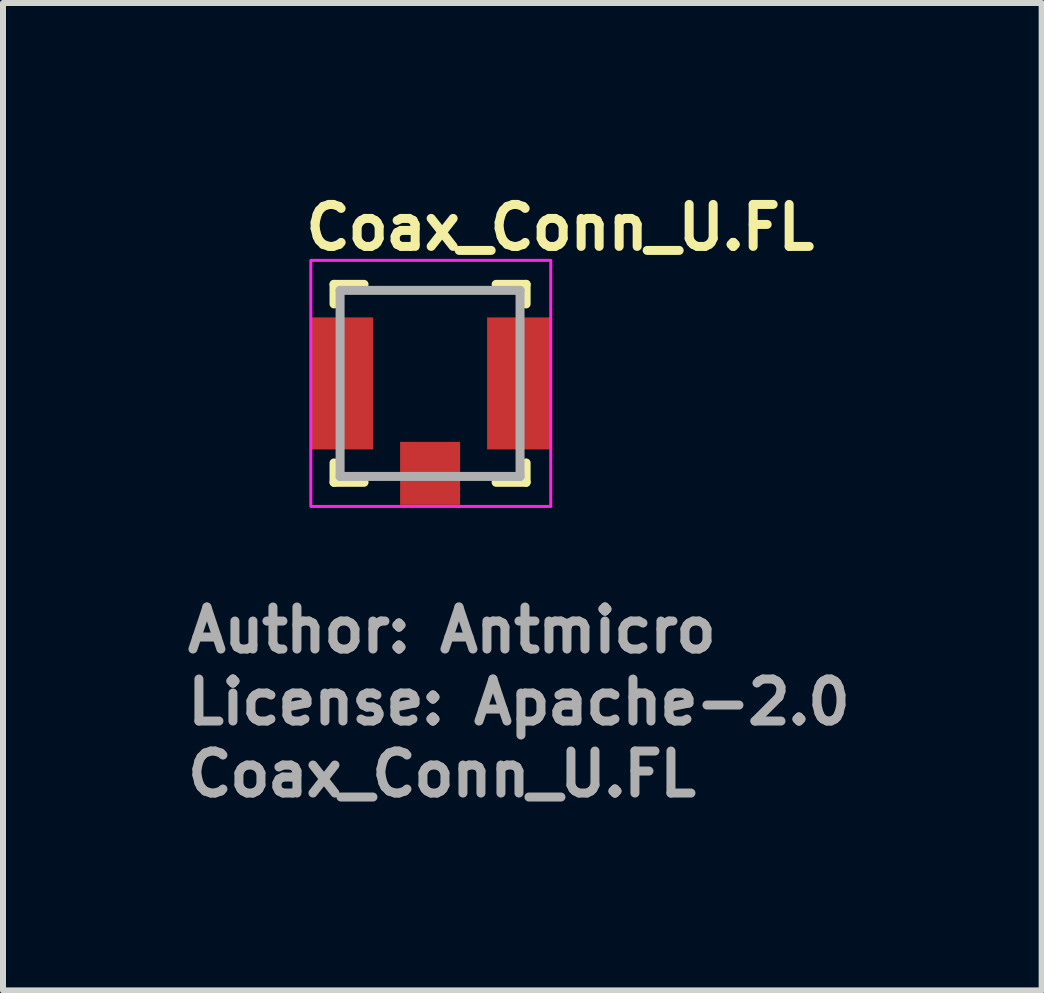
<source format=kicad_pcb>
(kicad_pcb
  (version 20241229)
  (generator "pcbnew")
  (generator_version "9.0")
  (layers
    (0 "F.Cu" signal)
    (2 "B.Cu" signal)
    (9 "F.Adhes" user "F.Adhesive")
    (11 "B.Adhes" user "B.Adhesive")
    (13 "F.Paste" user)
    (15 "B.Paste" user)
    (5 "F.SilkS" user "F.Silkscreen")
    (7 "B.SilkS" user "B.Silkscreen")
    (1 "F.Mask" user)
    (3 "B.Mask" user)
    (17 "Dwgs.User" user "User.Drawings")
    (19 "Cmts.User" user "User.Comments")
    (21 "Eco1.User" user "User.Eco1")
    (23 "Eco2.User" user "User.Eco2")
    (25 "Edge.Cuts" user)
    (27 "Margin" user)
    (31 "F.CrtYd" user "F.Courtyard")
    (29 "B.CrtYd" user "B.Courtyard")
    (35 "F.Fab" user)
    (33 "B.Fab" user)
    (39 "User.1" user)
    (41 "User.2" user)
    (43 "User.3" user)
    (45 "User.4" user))
  (footprint "Coax_Conn_U.FL"
    (layer "F.Cu")
    (at 4.13 3.34)
    (property "Reference" "Coax_Conn_U.FL" (at -2.16 -2.19 0) (layer "F.SilkS") (effects (font (size 0.7 0.7) (thickness 0.15)) (justify left bottom)))
    (attr smd)
    (fp_line (start -1.613 -1.651) (end -1.613 -1.325) (stroke (width 0.15) (type solid)) (layer "F.SilkS"))
    (fp_line (start -1.613 -1.651) (end -1.113 -1.651) (stroke (width 0.15) (type solid)) (layer "F.SilkS"))
    (fp_line (start -1.613 1.648) (end -1.613 1.325) (stroke (width 0.15) (type solid)) (layer "F.SilkS"))
    (fp_line (start -1.613 1.648) (end -1.113 1.648) (stroke (width 0.15) (type solid)) (layer "F.SilkS"))
    (fp_line (start 1.588 -1.651) (end 1.088 -1.651) (stroke (width 0.15) (type solid)) (layer "F.SilkS"))
    (fp_line (start 1.588 -1.651) (end 1.588 -1.325) (stroke (width 0.15) (type solid)) (layer "F.SilkS"))
    (fp_line (start 1.588 1.648) (end 1.088 1.648) (stroke (width 0.15) (type solid)) (layer "F.SilkS"))
    (fp_line (start 1.588 1.648) (end 1.588 1.325) (stroke (width 0.15) (type solid)) (layer "F.SilkS"))
    (fp_rect (start -2 -2.051) (end 1.999 2.05) (stroke (width 0.05) (type solid)) (fill no) (layer "F.CrtYd"))
    (fp_line (start -1.512 -1.551) (end 1.487 -1.551) (stroke (width 0.15) (type solid)) (layer "F.Fab"))
    (fp_line (start -1.512 1.55) (end -1.512 -1.551) (stroke (width 0.15) (type solid)) (layer "F.Fab"))
    (fp_line (start -1.512 1.55) (end 1.487 1.55) (stroke (width 0.15) (type solid)) (layer "F.Fab"))
    (fp_line (start 1.487 1.55) (end 1.487 -1.551) (stroke (width 0.15) (type solid)) (layer "F.Fab"))
    (fp_rect (start -1.5 -1.551) (end 1.499 1.55) (stroke (width 0.1) (type solid)) (fill no) (layer "User.5"))
    (fp_line (start -1.5 -0.902) (end -1.301 -0.902) (stroke (width 0.02) (type solid)) (layer "User.9"))
    (fp_line (start -1.5 0.9) (end -1.5 -0.902) (stroke (width 0.02) (type solid)) (layer "User.9"))
    (fp_line (start -1.5 0.9) (end -1.301 0.9) (stroke (width 0.02) (type solid)) (layer "User.9"))
    (fp_line (start -1.301 -1.016) (end -1.301 -1) (stroke (width 0.02) (type solid)) (layer "User.9"))
    (fp_line (start -1.301 -1) (end -1.301 0.998) (stroke (width 0.02) (type solid)) (layer "User.9"))
    (fp_line (start -1.301 0.998) (end -1.301 1.013) (stroke (width 0.02) (type solid)) (layer "User.9"))
    (fp_line (start -1.301 1.013) (end -1.299 1.028) (stroke (width 0.02) (type solid)) (layer "User.9"))
    (fp_line (start -1.299 -1.031) (end -1.301 -1.016) (stroke (width 0.02) (type solid)) (layer "User.9"))
    (fp_line (start -1.299 1.028) (end -1.297 1.044) (stroke (width 0.02) (type solid)) (layer "User.9"))
    (fp_line (start -1.297 -1.045) (end -1.299 -1.031) (stroke (width 0.02) (type solid)) (layer "User.9"))
    (fp_line (start -1.297 1.044) (end -1.295 1.058) (stroke (width 0.02) (type solid)) (layer "User.9"))
    (fp_line (start -1.295 -1.059) (end -1.297 -1.045) (stroke (width 0.02) (type solid)) (layer "User.9"))
    (fp_line (start -1.295 1.058) (end -1.291 1.072) (stroke (width 0.02) (type solid)) (layer "User.9"))
    (fp_line (start -1.291 -1.075) (end -1.295 -1.059) (stroke (width 0.02) (type solid)) (layer "User.9"))
    (fp_line (start -1.291 1.072) (end -1.289 1.086) (stroke (width 0.02) (type solid)) (layer "User.9"))
    (fp_line (start -1.289 -1.089) (end -1.291 -1.075) (stroke (width 0.02) (type solid)) (layer "User.9"))
    (fp_line (start -1.289 1.086) (end -1.283 1.1) (stroke (width 0.02) (type solid)) (layer "User.9"))
    (fp_line (start -1.283 -1.103) (end -1.289 -1.089) (stroke (width 0.02) (type solid)) (layer "User.9"))
    (fp_line (start -1.283 1.1) (end -1.278 1.114) (stroke (width 0.02) (type solid)) (layer "User.9"))
    (fp_line (start -1.278 -1.115) (end -1.283 -1.103) (stroke (width 0.02) (type solid)) (layer "User.9"))
    (fp_line (start -1.278 1.114) (end -1.272 1.128) (stroke (width 0.02) (type solid)) (layer "User.9"))
    (fp_line (start -1.272 -1.129) (end -1.278 -1.115) (stroke (width 0.02) (type solid)) (layer "User.9"))
    (fp_line (start -1.272 1.128) (end -1.266 1.14) (stroke (width 0.02) (type solid)) (layer "User.9"))
    (fp_line (start -1.266 -1.143) (end -1.272 -1.129) (stroke (width 0.02) (type solid)) (layer "User.9"))
    (fp_line (start -1.266 1.14) (end -1.258 1.153) (stroke (width 0.02) (type solid)) (layer "User.9"))
    (fp_line (start -1.258 -1.156) (end -1.266 -1.143) (stroke (width 0.02) (type solid)) (layer "User.9"))
    (fp_line (start -1.258 1.153) (end -1.25 1.165) (stroke (width 0.02) (type solid)) (layer "User.9"))
    (fp_line (start -1.25 -1.168) (end -1.258 -1.156) (stroke (width 0.02) (type solid)) (layer "User.9"))
    (fp_line (start -1.25 1.165) (end -1.242 1.177) (stroke (width 0.02) (type solid)) (layer "User.9"))
    (fp_line (start -1.242 -1.18) (end -1.25 -1.168) (stroke (width 0.02) (type solid)) (layer "User.9"))
    (fp_line (start -1.242 1.177) (end -1.234 1.189) (stroke (width 0.02) (type solid)) (layer "User.9"))
    (fp_line (start -1.234 -1.192) (end -1.242 -1.18) (stroke (width 0.02) (type solid)) (layer "User.9"))
    (fp_line (start -1.234 1.189) (end -1.224 1.201) (stroke (width 0.02) (type solid)) (layer "User.9"))
    (fp_line (start -1.224 -1.202) (end -1.234 -1.192) (stroke (width 0.02) (type solid)) (layer "User.9"))
    (fp_line (start -1.224 1.201) (end -1.214 1.211) (stroke (width 0.02) (type solid)) (layer "User.9"))
    (fp_line (start -1.214 -1.214) (end -1.224 -1.202) (stroke (width 0.02) (type solid)) (layer "User.9"))
    (fp_line (start -1.214 -1.214) (end -1.214 -1.214) (stroke (width 0.02) (type solid)) (layer "User.9"))
    (fp_line (start -1.214 1.211) (end -1.214 1.211) (stroke (width 0.02) (type solid)) (layer "User.9"))
    (fp_line (start -1.214 1.211) (end -1.202 1.221) (stroke (width 0.02) (type solid)) (layer "User.9"))
    (fp_line (start -1.202 -1.224) (end -1.214 -1.214) (stroke (width 0.02) (type solid)) (layer "User.9"))
    (fp_line (start -1.202 1.221) (end -1.192 1.231) (stroke (width 0.02) (type solid)) (layer "User.9"))
    (fp_line (start -1.192 -1.234) (end -1.202 -1.224) (stroke (width 0.02) (type solid)) (layer "User.9"))
    (fp_line (start -1.192 1.231) (end -1.18 1.241) (stroke (width 0.02) (type solid)) (layer "User.9"))
    (fp_line (start -1.18 -1.242) (end -1.192 -1.234) (stroke (width 0.02) (type solid)) (layer "User.9"))
    (fp_line (start -1.18 1.241) (end -1.168 1.249) (stroke (width 0.02) (type solid)) (layer "User.9"))
    (fp_line (start -1.168 -1.25) (end -1.18 -1.242) (stroke (width 0.02) (type solid)) (layer "User.9"))
    (fp_line (start -1.168 1.249) (end -1.156 1.257) (stroke (width 0.02) (type solid)) (layer "User.9"))
    (fp_line (start -1.156 -1.258) (end -1.168 -1.25) (stroke (width 0.02) (type solid)) (layer "User.9"))
    (fp_line (start -1.156 1.257) (end -1.143 1.263) (stroke (width 0.02) (type solid)) (layer "User.9"))
    (fp_line (start -1.143 -1.266) (end -1.156 -1.258) (stroke (width 0.02) (type solid)) (layer "User.9"))
    (fp_line (start -1.143 1.263) (end -1.129 1.271) (stroke (width 0.02) (type solid)) (layer "User.9"))
    (fp_line (start -1.129 -1.272) (end -1.143 -1.266) (stroke (width 0.02) (type solid)) (layer "User.9"))
    (fp_line (start -1.129 1.271) (end -1.115 1.277) (stroke (width 0.02) (type solid)) (layer "User.9"))
    (fp_line (start -1.115 -1.278) (end -1.129 -1.272) (stroke (width 0.02) (type solid)) (layer "User.9"))
    (fp_line (start -1.115 1.277) (end -1.103 1.282) (stroke (width 0.02) (type solid)) (layer "User.9"))
    (fp_line (start -1.103 -1.283) (end -1.115 -1.278) (stroke (width 0.02) (type solid)) (layer "User.9"))
    (fp_line (start -1.103 1.282) (end -1.089 1.286) (stroke (width 0.02) (type solid)) (layer "User.9"))
    (fp_line (start -1.089 -1.289) (end -1.103 -1.283) (stroke (width 0.02) (type solid)) (layer "User.9"))
    (fp_line (start -1.089 1.286) (end -1.075 1.29) (stroke (width 0.02) (type solid)) (layer "User.9"))
    (fp_line (start -1.075 -1.291) (end -1.089 -1.289) (stroke (width 0.02) (type solid)) (layer "User.9"))
    (fp_line (start -1.075 1.29) (end -1.059 1.294) (stroke (width 0.02) (type solid)) (layer "User.9"))
    (fp_line (start -1.059 -1.295) (end -1.075 -1.291) (stroke (width 0.02) (type solid)) (layer "User.9"))
    (fp_line (start -1.059 1.294) (end -1.045 1.296) (stroke (width 0.02) (type solid)) (layer "User.9"))
    (fp_line (start -1.045 -1.297) (end -1.059 -1.295) (stroke (width 0.02) (type solid)) (layer "User.9"))
    (fp_line (start -1.045 1.296) (end -1.031 1.298) (stroke (width 0.02) (type solid)) (layer "User.9"))
    (fp_line (start -1.031 -1.299) (end -1.045 -1.297) (stroke (width 0.02) (type solid)) (layer "User.9"))
    (fp_line (start -1.031 1.298) (end -1.016 1.298) (stroke (width 0.02) (type solid)) (layer "User.9"))
    (fp_line (start -1.016 -1.301) (end -1.031 -1.299) (stroke (width 0.02) (type solid)) (layer "User.9"))
    (fp_line (start -1.016 1.298) (end -1 1.3) (stroke (width 0.02) (type solid)) (layer "User.9"))
    (fp_line (start -1 -1.301) (end -1.016 -1.301) (stroke (width 0.02) (type solid)) (layer "User.9"))
    (fp_line (start -1 0) (end -0.999 -0.053) (stroke (width 0.02) (type solid)) (layer "User.9"))
    (fp_line (start -1 1.3) (end 0.998 1.3) (stroke (width 0.02) (type solid)) (layer "User.9"))
    (fp_line (start -0.999 -0.053) (end -0.995 -0.104) (stroke (width 0.02) (type solid)) (layer "User.9"))
    (fp_line (start -0.999 0.051) (end -1 0) (stroke (width 0.02) (type solid)) (layer "User.9"))
    (fp_line (start -0.995 -0.104) (end -0.989 -0.153) (stroke (width 0.02) (type solid)) (layer "User.9"))
    (fp_line (start -0.995 0.102) (end -0.999 0.051) (stroke (width 0.02) (type solid)) (layer "User.9"))
    (fp_line (start -0.989 -0.153) (end -0.98 -0.203) (stroke (width 0.02) (type solid)) (layer "User.9"))
    (fp_line (start -0.989 0.151) (end -0.995 0.102) (stroke (width 0.02) (type solid)) (layer "User.9"))
    (fp_line (start -0.98 -0.203) (end -0.969 -0.25) (stroke (width 0.02) (type solid)) (layer "User.9"))
    (fp_line (start -0.98 0.201) (end -0.989 0.151) (stroke (width 0.02) (type solid)) (layer "User.9"))
    (fp_line (start -0.969 -0.25) (end -0.956 -0.298) (stroke (width 0.02) (type solid)) (layer "User.9"))
    (fp_line (start -0.969 0.248) (end -0.98 0.201) (stroke (width 0.02) (type solid)) (layer "User.9"))
    (fp_line (start -0.956 -0.298) (end -0.94 -0.345) (stroke (width 0.02) (type solid)) (layer "User.9"))
    (fp_line (start -0.956 0.296) (end -0.969 0.248) (stroke (width 0.02) (type solid)) (layer "User.9"))
    (fp_line (start -0.94 -0.345) (end -0.923 -0.39) (stroke (width 0.02) (type solid)) (layer "User.9"))
    (fp_line (start -0.94 0.343) (end -0.956 0.296) (stroke (width 0.02) (type solid)) (layer "User.9"))
    (fp_line (start -0.931 0) (end -0.929 -0.062) (stroke (width 0.02) (type solid)) (layer "User.9"))
    (fp_line (start -0.931 0.03) (end -0.931 0) (stroke (width 0.02) (type solid)) (layer "User.9"))
    (fp_line (start -0.929 -0.062) (end -0.923 -0.124) (stroke (width 0.02) (type solid)) (layer "User.9"))
    (fp_line (start -0.929 0.06) (end -0.931 0.03) (stroke (width 0.02) (type solid)) (layer "User.9"))
    (fp_line (start -0.927 0.091) (end -0.929 0.06) (stroke (width 0.02) (type solid)) (layer "User.9"))
    (fp_line (start -0.923 -0.39) (end -0.902 -0.434) (stroke (width 0.02) (type solid)) (layer "User.9"))
    (fp_line (start -0.923 -0.124) (end -0.913 -0.184) (stroke (width 0.02) (type solid)) (layer "User.9"))
    (fp_line (start -0.923 0.122) (end -0.927 0.091) (stroke (width 0.02) (type solid)) (layer "User.9"))
    (fp_line (start -0.923 0.388) (end -0.94 0.343) (stroke (width 0.02) (type solid)) (layer "User.9"))
    (fp_line (start -0.919 0.152) (end -0.923 0.122) (stroke (width 0.02) (type solid)) (layer "User.9"))
    (fp_line (start -0.913 -0.184) (end -0.899 -0.243) (stroke (width 0.02) (type solid)) (layer "User.9"))
    (fp_line (start -0.913 0.182) (end -0.919 0.152) (stroke (width 0.02) (type solid)) (layer "User.9"))
    (fp_line (start -0.907 0.212) (end -0.913 0.182) (stroke (width 0.02) (type solid)) (layer "User.9"))
    (fp_line (start -0.902 -0.434) (end -0.879 -0.478) (stroke (width 0.02) (type solid)) (layer "User.9"))
    (fp_line (start -0.902 0.432) (end -0.923 0.388) (stroke (width 0.02) (type solid)) (layer "User.9"))
    (fp_line (start -0.899 -0.243) (end -0.881 -0.301) (stroke (width 0.02) (type solid)) (layer "User.9"))
    (fp_line (start -0.899 0.241) (end -0.907 0.212) (stroke (width 0.02) (type solid)) (layer "User.9"))
    (fp_line (start -0.89 0.271) (end -0.899 0.241) (stroke (width 0.02) (type solid)) (layer "User.9"))
    (fp_line (start -0.881 -0.301) (end -0.859 -0.358) (stroke (width 0.02) (type solid)) (layer "User.9"))
    (fp_line (start -0.881 0.299) (end -0.89 0.271) (stroke (width 0.02) (type solid)) (layer "User.9"))
    (fp_line (start -0.879 -0.478) (end -0.855 -0.519) (stroke (width 0.02) (type solid)) (layer "User.9"))
    (fp_line (start -0.879 0.476) (end -0.902 0.432) (stroke (width 0.02) (type solid)) (layer "User.9"))
    (fp_line (start -0.87 0.328) (end -0.881 0.299) (stroke (width 0.02) (type solid)) (layer "User.9"))
    (fp_line (start -0.859 -0.358) (end -0.834 -0.413) (stroke (width 0.02) (type solid)) (layer "User.9"))
    (fp_line (start -0.859 0.356) (end -0.87 0.328) (stroke (width 0.02) (type solid)) (layer "User.9"))
    (fp_line (start -0.855 -0.519) (end -0.83 -0.56) (stroke (width 0.02) (type solid)) (layer "User.9"))
    (fp_line (start -0.855 0.517) (end -0.879 0.476) (stroke (width 0.02) (type solid)) (layer "User.9"))
    (fp_line (start -0.85 0) (end -0.849 -0.058) (stroke (width 0.02) (type solid)) (layer "User.9"))
    (fp_line (start -0.85 0.028) (end -0.85 0) (stroke (width 0.02) (type solid)) (layer "User.9"))
    (fp_line (start -0.849 -0.058) (end -0.843 -0.114) (stroke (width 0.02) (type solid)) (layer "User.9"))
    (fp_line (start -0.849 0.056) (end -0.85 0.028) (stroke (width 0.02) (type solid)) (layer "User.9"))
    (fp_line (start -0.847 0.384) (end -0.859 0.356) (stroke (width 0.02) (type solid)) (layer "User.9"))
    (fp_line (start -0.846 0.084) (end -0.849 0.056) (stroke (width 0.02) (type solid)) (layer "User.9"))
    (fp_line (start -0.843 -0.114) (end -0.834 -0.169) (stroke (width 0.02) (type solid)) (layer "User.9"))
    (fp_line (start -0.843 0.112) (end -0.846 0.084) (stroke (width 0.02) (type solid)) (layer "User.9"))
    (fp_line (start -0.839 0.14) (end -0.843 0.112) (stroke (width 0.02) (type solid)) (layer "User.9"))
    (fp_line (start -0.834 -0.413) (end -0.807 -0.467) (stroke (width 0.02) (type solid)) (layer "User.9"))
    (fp_line (start -0.834 -0.169) (end -0.822 -0.222) (stroke (width 0.02) (type solid)) (layer "User.9"))
    (fp_line (start -0.834 0.167) (end -0.839 0.14) (stroke (width 0.02) (type solid)) (layer "User.9"))
    (fp_line (start -0.834 0.411) (end -0.847 0.384) (stroke (width 0.02) (type solid)) (layer "User.9"))
    (fp_line (start -0.83 -0.56) (end -0.802 -0.598) (stroke (width 0.02) (type solid)) (layer "User.9"))
    (fp_line (start -0.83 0.558) (end -0.855 0.517) (stroke (width 0.02) (type solid)) (layer "User.9"))
    (fp_line (start -0.829 0.194) (end -0.834 0.167) (stroke (width 0.02) (type solid)) (layer "User.9"))
    (fp_line (start -0.822 -0.222) (end -0.806 -0.276) (stroke (width 0.02) (type solid)) (layer "User.9"))
    (fp_line (start -0.822 0.22) (end -0.829 0.194) (stroke (width 0.02) (type solid)) (layer "User.9"))
    (fp_line (start -0.822 0.437) (end -0.834 0.411) (stroke (width 0.02) (type solid)) (layer "User.9"))
    (fp_line (start -0.814 0.247) (end -0.822 0.22) (stroke (width 0.02) (type solid)) (layer "User.9"))
    (fp_line (start -0.807 -0.467) (end -0.775 -0.518) (stroke (width 0.02) (type solid)) (layer "User.9"))
    (fp_line (start -0.807 0.465) (end -0.822 0.437) (stroke (width 0.02) (type solid)) (layer "User.9"))
    (fp_line (start -0.806 -0.276) (end -0.786 -0.328) (stroke (width 0.02) (type solid)) (layer "User.9"))
    (fp_line (start -0.806 0.274) (end -0.814 0.247) (stroke (width 0.02) (type solid)) (layer "User.9"))
    (fp_line (start -0.802 -0.598) (end -0.773 -0.636) (stroke (width 0.02) (type solid)) (layer "User.9"))
    (fp_line (start -0.802 0.596) (end -0.83 0.558) (stroke (width 0.02) (type solid)) (layer "User.9"))
    (fp_line (start -0.797 0.299) (end -0.806 0.274) (stroke (width 0.02) (type solid)) (layer "User.9"))
    (fp_line (start -0.791 0.489) (end -0.807 0.465) (stroke (width 0.02) (type solid)) (layer "User.9"))
    (fp_line (start -0.786 -0.328) (end -0.763 -0.377) (stroke (width 0.02) (type solid)) (layer "User.9"))
    (fp_line (start -0.786 0.326) (end -0.797 0.299) (stroke (width 0.02) (type solid)) (layer "User.9"))
    (fp_line (start -0.776 -0.351) (end -0.425 -0.351) (stroke (width 0.02) (type solid)) (layer "User.9"))
    (fp_line (start -0.776 0.349) (end -0.425 0.349) (stroke (width 0.02) (type solid)) (layer "User.9"))
    (fp_line (start -0.775 -0.518) (end -0.739 -0.567) (stroke (width 0.02) (type solid)) (layer "User.9"))
    (fp_line (start -0.775 0.351) (end -0.786 0.326) (stroke (width 0.02) (type solid)) (layer "User.9"))
    (fp_line (start -0.775 0.516) (end -0.791 0.489) (stroke (width 0.02) (type solid)) (layer "User.9"))
    (fp_line (start -0.773 -0.636) (end -0.74 -0.673) (stroke (width 0.02) (type solid)) (layer "User.9"))
    (fp_line (start -0.773 0.634) (end -0.802 0.596) (stroke (width 0.02) (type solid)) (layer "User.9"))
    (fp_line (start -0.763 -0.377) (end -0.737 -0.425) (stroke (width 0.02) (type solid)) (layer "User.9"))
    (fp_line (start -0.763 0.375) (end -0.775 0.351) (stroke (width 0.02) (type solid)) (layer "User.9"))
    (fp_line (start -0.757 0.54) (end -0.775 0.516) (stroke (width 0.02) (type solid)) (layer "User.9"))
    (fp_line (start -0.75 0.4) (end -0.763 0.375) (stroke (width 0.02) (type solid)) (layer "User.9"))
    (fp_line (start -0.74 -0.673) (end -0.707 -0.707) (stroke (width 0.02) (type solid)) (layer "User.9"))
    (fp_line (start -0.74 0.671) (end -0.773 0.634) (stroke (width 0.02) (type solid)) (layer "User.9"))
    (fp_line (start -0.739 -0.567) (end -0.702 -0.612) (stroke (width 0.02) (type solid)) (layer "User.9"))
    (fp_line (start -0.739 0.565) (end -0.757 0.54) (stroke (width 0.02) (type solid)) (layer "User.9"))
    (fp_line (start -0.737 -0.425) (end -0.708 -0.473) (stroke (width 0.02) (type solid)) (layer "User.9"))
    (fp_line (start -0.737 0.423) (end -0.75 0.4) (stroke (width 0.02) (type solid)) (layer "User.9"))
    (fp_line (start -0.722 0.448) (end -0.737 0.423) (stroke (width 0.02) (type solid)) (layer "User.9"))
    (fp_line (start -0.72 0.587) (end -0.739 0.565) (stroke (width 0.02) (type solid)) (layer "User.9"))
    (fp_line (start -0.708 -0.473) (end -0.677 -0.518) (stroke (width 0.02) (type solid)) (layer "User.9"))
    (fp_line (start -0.708 0.471) (end -0.722 0.448) (stroke (width 0.02) (type solid)) (layer "User.9"))
    (fp_line (start -0.707 -0.707) (end -0.673 -0.74) (stroke (width 0.02) (type solid)) (layer "User.9"))
    (fp_line (start -0.707 0.705) (end -0.74 0.671) (stroke (width 0.02) (type solid)) (layer "User.9"))
    (fp_line (start -0.702 -0.612) (end -0.661 -0.658) (stroke (width 0.02) (type solid)) (layer "User.9"))
    (fp_line (start -0.702 0.61) (end -0.72 0.587) (stroke (width 0.02) (type solid)) (layer "User.9"))
    (fp_line (start -0.693 0.493) (end -0.708 0.471) (stroke (width 0.02) (type solid)) (layer "User.9"))
    (fp_line (start -0.682 0.633) (end -0.702 0.61) (stroke (width 0.02) (type solid)) (layer "User.9"))
    (fp_line (start -0.677 -0.518) (end -0.642 -0.561) (stroke (width 0.02) (type solid)) (layer "User.9"))
    (fp_line (start -0.677 0.516) (end -0.693 0.493) (stroke (width 0.02) (type solid)) (layer "User.9"))
    (fp_line (start -0.673 -0.74) (end -0.636 -0.772) (stroke (width 0.02) (type solid)) (layer "User.9"))
    (fp_line (start -0.673 0.738) (end -0.707 0.705) (stroke (width 0.02) (type solid)) (layer "User.9"))
    (fp_line (start -0.661 -0.658) (end -0.615 -0.699) (stroke (width 0.02) (type solid)) (layer "User.9"))
    (fp_line (start -0.661 0.656) (end -0.682 0.633) (stroke (width 0.02) (type solid)) (layer "User.9"))
    (fp_line (start -0.659 0.538) (end -0.677 0.516) (stroke (width 0.02) (type solid)) (layer "User.9"))
    (fp_line (start -0.642 -0.561) (end -0.603 -0.6) (stroke (width 0.02) (type solid)) (layer "User.9"))
    (fp_line (start -0.642 0.559) (end -0.659 0.538) (stroke (width 0.02) (type solid)) (layer "User.9"))
    (fp_line (start -0.638 0.677) (end -0.661 0.656) (stroke (width 0.02) (type solid)) (layer "User.9"))
    (fp_line (start -0.636 -0.772) (end -0.598 -0.802) (stroke (width 0.02) (type solid)) (layer "User.9"))
    (fp_line (start -0.636 0.77) (end -0.673 0.738) (stroke (width 0.02) (type solid)) (layer "User.9"))
    (fp_line (start -0.622 0.578) (end -0.642 0.559) (stroke (width 0.02) (type solid)) (layer "User.9"))
    (fp_line (start -0.615 -0.699) (end -0.569 -0.737) (stroke (width 0.02) (type solid)) (layer "User.9"))
    (fp_line (start -0.615 0.697) (end -0.638 0.677) (stroke (width 0.02) (type solid)) (layer "User.9"))
    (fp_line (start -0.603 -0.6) (end -0.563 -0.638) (stroke (width 0.02) (type solid)) (layer "User.9"))
    (fp_line (start -0.603 0.598) (end -0.622 0.578) (stroke (width 0.02) (type solid)) (layer "User.9"))
    (fp_line (start -0.598 -0.802) (end -0.56 -0.83) (stroke (width 0.02) (type solid)) (layer "User.9"))
    (fp_line (start -0.598 0.8) (end -0.636 0.77) (stroke (width 0.02) (type solid)) (layer "User.9"))
    (fp_line (start -0.592 0.716) (end -0.615 0.697) (stroke (width 0.02) (type solid)) (layer "User.9"))
    (fp_line (start -0.583 0.618) (end -0.603 0.598) (stroke (width 0.02) (type solid)) (layer "User.9"))
    (fp_line (start -0.569 -0.737) (end -0.519 -0.774) (stroke (width 0.02) (type solid)) (layer "User.9"))
    (fp_line (start -0.569 0.735) (end -0.592 0.716) (stroke (width 0.02) (type solid)) (layer "User.9"))
    (fp_line (start -0.563 -0.638) (end -0.52 -0.675) (stroke (width 0.02) (type solid)) (layer "User.9"))
    (fp_line (start -0.563 0.636) (end -0.583 0.618) (stroke (width 0.02) (type solid)) (layer "User.9"))
    (fp_line (start -0.56 -0.83) (end -0.52 -0.855) (stroke (width 0.02) (type solid)) (layer "User.9"))
    (fp_line (start -0.56 0.828) (end -0.598 0.8) (stroke (width 0.02) (type solid)) (layer "User.9"))
    (fp_line (start -0.544 0.754) (end -0.569 0.735) (stroke (width 0.02) (type solid)) (layer "User.9"))
    (fp_line (start -0.542 0.655) (end -0.563 0.636) (stroke (width 0.02) (type solid)) (layer "User.9"))
    (fp_line (start -0.52 -0.855) (end -0.478 -0.879) (stroke (width 0.02) (type solid)) (layer "User.9"))
    (fp_line (start -0.52 -0.675) (end -0.475 -0.707) (stroke (width 0.02) (type solid)) (layer "User.9"))
    (fp_line (start -0.52 0.673) (end -0.542 0.655) (stroke (width 0.02) (type solid)) (layer "User.9"))
    (fp_line (start -0.52 0.853) (end -0.56 0.828) (stroke (width 0.02) (type solid)) (layer "User.9"))
    (fp_line (start -0.519 -0.774) (end -0.466 -0.807) (stroke (width 0.02) (type solid)) (layer "User.9"))
    (fp_line (start -0.519 0.772) (end -0.544 0.754) (stroke (width 0.02) (type solid)) (layer "User.9"))
    (fp_line (start -0.497 0.69) (end -0.52 0.673) (stroke (width 0.02) (type solid)) (layer "User.9"))
    (fp_line (start -0.492 0.789) (end -0.519 0.772) (stroke (width 0.02) (type solid)) (layer "User.9"))
    (fp_line (start -0.478 -0.879) (end -0.434 -0.902) (stroke (width 0.02) (type solid)) (layer "User.9"))
    (fp_line (start -0.478 0.877) (end -0.52 0.853) (stroke (width 0.02) (type solid)) (layer "User.9"))
    (fp_line (start -0.475 -0.707) (end -0.425 -0.737) (stroke (width 0.02) (type solid)) (layer "User.9"))
    (fp_line (start -0.475 0.705) (end -0.497 0.69) (stroke (width 0.02) (type solid)) (layer "User.9"))
    (fp_line (start -0.466 -0.807) (end -0.466 -0.807) (stroke (width 0.02) (type solid)) (layer "User.9"))
    (fp_line (start -0.466 -0.807) (end -0.412 -0.835) (stroke (width 0.02) (type solid)) (layer "User.9"))
    (fp_line (start -0.466 0.805) (end -0.492 0.789) (stroke (width 0.02) (type solid)) (layer "User.9"))
    (fp_line (start -0.466 0.805) (end -0.466 0.805) (stroke (width 0.02) (type solid)) (layer "User.9"))
    (fp_line (start -0.451 0.72) (end -0.475 0.705) (stroke (width 0.02) (type solid)) (layer "User.9"))
    (fp_line (start -0.434 -0.902) (end -0.39 -0.922) (stroke (width 0.02) (type solid)) (layer "User.9"))
    (fp_line (start -0.434 0.9) (end -0.478 0.877) (stroke (width 0.02) (type solid)) (layer "User.9"))
    (fp_line (start -0.425 -0.737) (end -0.425 -0.737) (stroke (width 0.02) (type solid)) (layer "User.9"))
    (fp_line (start -0.425 -0.737) (end -0.376 -0.763) (stroke (width 0.02) (type solid)) (layer "User.9"))
    (fp_line (start -0.425 -0.351) (end -0.406 -0.374) (stroke (width 0.02) (type solid)) (layer "User.9"))
    (fp_line (start -0.425 0.735) (end -0.451 0.72) (stroke (width 0.02) (type solid)) (layer "User.9"))
    (fp_line (start -0.425 0.735) (end -0.425 0.735) (stroke (width 0.02) (type solid)) (layer "User.9"))
    (fp_line (start -0.412 -0.835) (end -0.355 -0.86) (stroke (width 0.02) (type solid)) (layer "User.9"))
    (fp_line (start -0.412 0.833) (end -0.466 0.805) (stroke (width 0.02) (type solid)) (layer "User.9"))
    (fp_line (start -0.406 -0.374) (end -0.383 -0.396) (stroke (width 0.02) (type solid)) (layer "User.9"))
    (fp_line (start -0.406 0.372) (end -0.425 0.349) (stroke (width 0.02) (type solid)) (layer "User.9"))
    (fp_line (start -0.39 -0.922) (end -0.345 -0.94) (stroke (width 0.02) (type solid)) (layer "User.9"))
    (fp_line (start -0.39 0.92) (end -0.434 0.9) (stroke (width 0.02) (type solid)) (layer "User.9"))
    (fp_line (start -0.383 -0.396) (end -0.361 -0.417) (stroke (width 0.02) (type solid)) (layer "User.9"))
    (fp_line (start -0.383 0.394) (end -0.406 0.372) (stroke (width 0.02) (type solid)) (layer "User.9"))
    (fp_line (start -0.376 -0.763) (end -0.325 -0.787) (stroke (width 0.02) (type solid)) (layer "User.9"))
    (fp_line (start -0.376 0.761) (end -0.425 0.735) (stroke (width 0.02) (type solid)) (layer "User.9"))
    (fp_line (start -0.361 -0.417) (end -0.338 -0.435) (stroke (width 0.02) (type solid)) (layer "User.9"))
    (fp_line (start -0.361 0.415) (end -0.383 0.394) (stroke (width 0.02) (type solid)) (layer "User.9"))
    (fp_line (start -0.355 -0.86) (end -0.297 -0.882) (stroke (width 0.02) (type solid)) (layer "User.9"))
    (fp_line (start -0.355 0.858) (end -0.412 0.833) (stroke (width 0.02) (type solid)) (layer "User.9"))
    (fp_line (start -0.345 -0.94) (end -0.298 -0.955) (stroke (width 0.02) (type solid)) (layer "User.9"))
    (fp_line (start -0.345 0.938) (end -0.39 0.92) (stroke (width 0.02) (type solid)) (layer "User.9"))
    (fp_line (start -0.338 -0.435) (end -0.313 -0.454) (stroke (width 0.02) (type solid)) (layer "User.9"))
    (fp_line (start -0.338 0.433) (end -0.361 0.415) (stroke (width 0.02) (type solid)) (layer "User.9"))
    (fp_line (start -0.325 -0.787) (end -0.273 -0.807) (stroke (width 0.02) (type solid)) (layer "User.9"))
    (fp_line (start -0.325 0.785) (end -0.376 0.761) (stroke (width 0.02) (type solid)) (layer "User.9"))
    (fp_line (start -0.313 -0.454) (end -0.289 -0.47) (stroke (width 0.02) (type solid)) (layer "User.9"))
    (fp_line (start -0.313 0.452) (end -0.338 0.433) (stroke (width 0.02) (type solid)) (layer "User.9"))
    (fp_line (start -0.3 -1.301) (end -1 -1.301) (stroke (width 0.02) (type solid)) (layer "User.9"))
    (fp_line (start -0.3 -1.301) (end -0.3 -1.551) (stroke (width 0.02) (type solid)) (layer "User.9"))
    (fp_line (start -0.3 1.3) (end -0.3 1.55) (stroke (width 0.02) (type solid)) (layer "User.9"))
    (fp_line (start -0.298 -0.955) (end -0.25 -0.968) (stroke (width 0.02) (type solid)) (layer "User.9"))
    (fp_line (start -0.298 0.953) (end -0.345 0.938) (stroke (width 0.02) (type solid)) (layer "User.9"))
    (fp_line (start -0.297 -0.882) (end -0.24 -0.9) (stroke (width 0.02) (type solid)) (layer "User.9"))
    (fp_line (start -0.297 0.88) (end -0.355 0.858) (stroke (width 0.02) (type solid)) (layer "User.9"))
    (fp_line (start -0.289 -0.47) (end -0.263 -0.484) (stroke (width 0.02) (type solid)) (layer "User.9"))
    (fp_line (start -0.289 0.468) (end -0.313 0.452) (stroke (width 0.02) (type solid)) (layer "User.9"))
    (fp_line (start -0.273 -0.807) (end -0.219 -0.823) (stroke (width 0.02) (type solid)) (layer "User.9"))
    (fp_line (start -0.273 0.805) (end -0.325 0.785) (stroke (width 0.02) (type solid)) (layer "User.9"))
    (fp_line (start -0.263 -0.484) (end -0.236 -0.498) (stroke (width 0.02) (type solid)) (layer "User.9"))
    (fp_line (start -0.263 0.482) (end -0.289 0.468) (stroke (width 0.02) (type solid)) (layer "User.9"))
    (fp_line (start -0.25 -0.968) (end -0.203 -0.979) (stroke (width 0.02) (type solid)) (layer "User.9"))
    (fp_line (start -0.25 -0.018) (end -0.248 -0.035) (stroke (width 0.02) (type solid)) (layer "User.9"))
    (fp_line (start -0.25 0) (end -0.25 -0.018) (stroke (width 0.02) (type solid)) (layer "User.9"))
    (fp_line (start -0.25 0.008) (end -0.25 0) (stroke (width 0.02) (type solid)) (layer "User.9"))
    (fp_line (start -0.25 0.016) (end -0.25 0.008) (stroke (width 0.02) (type solid)) (layer "User.9"))
    (fp_line (start -0.25 0.966) (end -0.298 0.953) (stroke (width 0.02) (type solid)) (layer "User.9"))
    (fp_line (start -0.249 0.024) (end -0.25 0.016) (stroke (width 0.02) (type solid)) (layer "User.9"))
    (fp_line (start -0.248 -0.035) (end -0.246 -0.051) (stroke (width 0.02) (type solid)) (layer "User.9"))
    (fp_line (start -0.248 0.033) (end -0.249 0.024) (stroke (width 0.02) (type solid)) (layer "User.9"))
    (fp_line (start -0.247 0.041) (end -0.248 0.033) (stroke (width 0.02) (type solid)) (layer "User.9"))
    (fp_line (start -0.246 -0.051) (end -0.242 -0.067) (stroke (width 0.02) (type solid)) (layer "User.9"))
    (fp_line (start -0.246 0.049) (end -0.247 0.041) (stroke (width 0.02) (type solid)) (layer "User.9"))
    (fp_line (start -0.244 0.057) (end -0.246 0.049) (stroke (width 0.02) (type solid)) (layer "User.9"))
    (fp_line (start -0.242 -0.067) (end -0.238 -0.082) (stroke (width 0.02) (type solid)) (layer "User.9"))
    (fp_line (start -0.242 0.065) (end -0.244 0.057) (stroke (width 0.02) (type solid)) (layer "User.9"))
    (fp_line (start -0.24 -0.9) (end -0.18 -0.914) (stroke (width 0.02) (type solid)) (layer "User.9"))
    (fp_line (start -0.24 0.072) (end -0.242 0.065) (stroke (width 0.02) (type solid)) (layer "User.9"))
    (fp_line (start -0.24 0.898) (end -0.297 0.88) (stroke (width 0.02) (type solid)) (layer "User.9"))
    (fp_line (start -0.238 -0.082) (end -0.232 -0.096) (stroke (width 0.02) (type solid)) (layer "User.9"))
    (fp_line (start -0.238 0.08) (end -0.24 0.072) (stroke (width 0.02) (type solid)) (layer "User.9"))
    (fp_line (start -0.236 -0.498) (end -0.208 -0.51) (stroke (width 0.02) (type solid)) (layer "User.9"))
    (fp_line (start -0.236 0.496) (end -0.263 0.482) (stroke (width 0.02) (type solid)) (layer "User.9"))
    (fp_line (start -0.235 0.087) (end -0.238 0.08) (stroke (width 0.02) (type solid)) (layer "User.9"))
    (fp_line (start -0.232 -0.096) (end -0.226 -0.111) (stroke (width 0.02) (type solid)) (layer "User.9"))
    (fp_line (start -0.232 0.094) (end -0.235 0.087) (stroke (width 0.02) (type solid)) (layer "User.9"))
    (fp_line (start -0.229 0.103) (end -0.232 0.094) (stroke (width 0.02) (type solid)) (layer "User.9"))
    (fp_line (start -0.226 -0.111) (end -0.217 -0.125) (stroke (width 0.02) (type solid)) (layer "User.9"))
    (fp_line (start -0.226 0.109) (end -0.229 0.103) (stroke (width 0.02) (type solid)) (layer "User.9"))
    (fp_line (start -0.221 0.117) (end -0.226 0.109) (stroke (width 0.02) (type solid)) (layer "User.9"))
    (fp_line (start -0.219 -0.823) (end -0.166 -0.834) (stroke (width 0.02) (type solid)) (layer "User.9"))
    (fp_line (start -0.219 0.821) (end -0.273 0.805) (stroke (width 0.02) (type solid)) (layer "User.9"))
    (fp_line (start -0.217 -0.125) (end -0.209 -0.14) (stroke (width 0.02) (type solid)) (layer "User.9"))
    (fp_line (start -0.217 0.123) (end -0.221 0.117) (stroke (width 0.02) (type solid)) (layer "User.9"))
    (fp_line (start -0.213 0.131) (end -0.217 0.123) (stroke (width 0.02) (type solid)) (layer "User.9"))
    (fp_line (start -0.209 -0.14) (end -0.2 -0.152) (stroke (width 0.02) (type solid)) (layer "User.9"))
    (fp_line (start -0.209 0.138) (end -0.213 0.131) (stroke (width 0.02) (type solid)) (layer "User.9"))
    (fp_line (start -0.208 -0.51) (end -0.179 -0.522) (stroke (width 0.02) (type solid)) (layer "User.9"))
    (fp_line (start -0.208 0.508) (end -0.236 0.496) (stroke (width 0.02) (type solid)) (layer "User.9"))
    (fp_line (start -0.205 0.144) (end -0.209 0.138) (stroke (width 0.02) (type solid)) (layer "User.9"))
    (fp_line (start -0.203 -0.979) (end -0.153 -0.988) (stroke (width 0.02) (type solid)) (layer "User.9"))
    (fp_line (start -0.203 0.977) (end -0.25 0.966) (stroke (width 0.02) (type solid)) (layer "User.9"))
    (fp_line (start -0.2 -0.152) (end -0.189 -0.166) (stroke (width 0.02) (type solid)) (layer "User.9"))
    (fp_line (start -0.2 0.15) (end -0.205 0.144) (stroke (width 0.02) (type solid)) (layer "User.9"))
    (fp_line (start -0.195 0.157) (end -0.2 0.15) (stroke (width 0.02) (type solid)) (layer "User.9"))
    (fp_line (start -0.189 -0.166) (end -0.178 -0.177) (stroke (width 0.02) (type solid)) (layer "User.9"))
    (fp_line (start -0.189 0.164) (end -0.195 0.157) (stroke (width 0.02) (type solid)) (layer "User.9"))
    (fp_line (start -0.183 0.17) (end -0.189 0.164) (stroke (width 0.02) (type solid)) (layer "User.9"))
    (fp_line (start -0.18 -0.914) (end -0.121 -0.924) (stroke (width 0.02) (type solid)) (layer "User.9"))
    (fp_line (start -0.18 0.912) (end -0.24 0.898) (stroke (width 0.02) (type solid)) (layer "User.9"))
    (fp_line (start -0.179 -0.522) (end -0.151 -0.531) (stroke (width 0.02) (type solid)) (layer "User.9"))
    (fp_line (start -0.179 0.52) (end -0.208 0.508) (stroke (width 0.02) (type solid)) (layer "User.9"))
    (fp_line (start -0.178 -0.177) (end -0.167 -0.188) (stroke (width 0.02) (type solid)) (layer "User.9"))
    (fp_line (start -0.178 0.175) (end -0.183 0.17) (stroke (width 0.02) (type solid)) (layer "User.9"))
    (fp_line (start -0.173 0.181) (end -0.178 0.175) (stroke (width 0.02) (type solid)) (layer "User.9"))
    (fp_line (start -0.167 -0.188) (end -0.153 -0.2) (stroke (width 0.02) (type solid)) (layer "User.9"))
    (fp_line (start -0.167 0.186) (end -0.173 0.181) (stroke (width 0.02) (type solid)) (layer "User.9"))
    (fp_line (start -0.166 -0.834) (end -0.11 -0.843) (stroke (width 0.02) (type solid)) (layer "User.9"))
    (fp_line (start -0.166 0.832) (end -0.219 0.821) (stroke (width 0.02) (type solid)) (layer "User.9"))
    (fp_line (start -0.16 0.192) (end -0.167 0.186) (stroke (width 0.02) (type solid)) (layer "User.9"))
    (fp_line (start -0.153 -0.988) (end -0.104 -0.994) (stroke (width 0.02) (type solid)) (layer "User.9"))
    (fp_line (start -0.153 -0.2) (end -0.141 -0.209) (stroke (width 0.02) (type solid)) (layer "User.9"))
    (fp_line (start -0.153 0.198) (end -0.16 0.192) (stroke (width 0.02) (type solid)) (layer "User.9"))
    (fp_line (start -0.153 0.986) (end -0.203 0.977) (stroke (width 0.02) (type solid)) (layer "User.9"))
    (fp_line (start -0.151 -0.531) (end -0.121 -0.538) (stroke (width 0.02) (type solid)) (layer "User.9"))
    (fp_line (start -0.151 0.529) (end -0.179 0.52) (stroke (width 0.02) (type solid)) (layer "User.9"))
    (fp_line (start -0.146 0.202) (end -0.153 0.198) (stroke (width 0.02) (type solid)) (layer "User.9"))
    (fp_line (start -0.141 -0.209) (end -0.125 -0.217) (stroke (width 0.02) (type solid)) (layer "User.9"))
    (fp_line (start -0.141 0.207) (end -0.146 0.202) (stroke (width 0.02) (type solid)) (layer "User.9"))
    (fp_line (start -0.134 0.211) (end -0.141 0.207) (stroke (width 0.02) (type solid)) (layer "User.9"))
    (fp_line (start -0.125 -0.217) (end -0.125 -0.217) (stroke (width 0.02) (type solid)) (layer "User.9"))
    (fp_line (start -0.125 -0.217) (end -0.111 -0.226) (stroke (width 0.02) (type solid)) (layer "User.9"))
    (fp_line (start -0.125 0.215) (end -0.134 0.211) (stroke (width 0.02) (type solid)) (layer "User.9"))
    (fp_line (start -0.125 0.215) (end -0.125 0.215) (stroke (width 0.02) (type solid)) (layer "User.9"))
    (fp_line (start -0.121 -0.924) (end -0.061 -0.93) (stroke (width 0.02) (type solid)) (layer "User.9"))
    (fp_line (start -0.121 -0.538) (end -0.092 -0.544) (stroke (width 0.02) (type solid)) (layer "User.9"))
    (fp_line (start -0.121 0.536) (end -0.151 0.529) (stroke (width 0.02) (type solid)) (layer "User.9"))
    (fp_line (start -0.121 0.922) (end -0.18 0.912) (stroke (width 0.02) (type solid)) (layer "User.9"))
    (fp_line (start -0.111 -0.226) (end -0.096 -0.233) (stroke (width 0.02) (type solid)) (layer "User.9"))
    (fp_line (start -0.111 0.224) (end -0.125 0.215) (stroke (width 0.02) (type solid)) (layer "User.9"))
    (fp_line (start -0.11 -0.843) (end -0.056 -0.849) (stroke (width 0.02) (type solid)) (layer "User.9"))
    (fp_line (start -0.11 0.841) (end -0.166 0.832) (stroke (width 0.02) (type solid)) (layer "User.9"))
    (fp_line (start -0.104 -0.994) (end -0.053 -0.998) (stroke (width 0.02) (type solid)) (layer "User.9"))
    (fp_line (start -0.104 0.992) (end -0.153 0.986) (stroke (width 0.02) (type solid)) (layer "User.9"))
    (fp_line (start -0.096 -0.233) (end -0.08 -0.238) (stroke (width 0.02) (type solid)) (layer "User.9"))
    (fp_line (start -0.096 0.231) (end -0.111 0.224) (stroke (width 0.02) (type solid)) (layer "User.9"))
    (fp_line (start -0.092 -0.544) (end -0.062 -0.548) (stroke (width 0.02) (type solid)) (layer "User.9"))
    (fp_line (start -0.092 0.542) (end -0.121 0.536) (stroke (width 0.02) (type solid)) (layer "User.9"))
    (fp_line (start -0.08 -0.238) (end -0.066 -0.242) (stroke (width 0.02) (type solid)) (layer "User.9"))
    (fp_line (start -0.08 0.236) (end -0.096 0.231) (stroke (width 0.02) (type solid)) (layer "User.9"))
    (fp_line (start -0.066 -0.242) (end -0.05 -0.246) (stroke (width 0.02) (type solid)) (layer "User.9"))
    (fp_line (start -0.066 0.24) (end -0.08 0.236) (stroke (width 0.02) (type solid)) (layer "User.9"))
    (fp_line (start -0.062 -0.548) (end -0.031 -0.551) (stroke (width 0.02) (type solid)) (layer "User.9"))
    (fp_line (start -0.062 0.546) (end -0.092 0.542) (stroke (width 0.02) (type solid)) (layer "User.9"))
    (fp_line (start -0.061 -0.93) (end 0 -0.932) (stroke (width 0.02) (type solid)) (layer "User.9"))
    (fp_line (start -0.061 0.928) (end -0.121 0.922) (stroke (width 0.02) (type solid)) (layer "User.9"))
    (fp_line (start -0.056 -0.849) (end 0 -0.85) (stroke (width 0.02) (type solid)) (layer "User.9"))
    (fp_line (start -0.056 0.847) (end -0.11 0.841) (stroke (width 0.02) (type solid)) (layer "User.9"))
    (fp_line (start -0.053 -0.998) (end 0 -0.999) (stroke (width 0.02) (type solid)) (layer "User.9"))
    (fp_line (start -0.053 0.996) (end -0.104 0.992) (stroke (width 0.02) (type solid)) (layer "User.9"))
    (fp_line (start -0.05 -0.246) (end -0.034 -0.248) (stroke (width 0.02) (type solid)) (layer "User.9"))
    (fp_line (start -0.05 0.244) (end -0.066 0.24) (stroke (width 0.02) (type solid)) (layer "User.9"))
    (fp_line (start -0.034 -0.248) (end -0.018 -0.25) (stroke (width 0.02) (type solid)) (layer "User.9"))
    (fp_line (start -0.034 0.246) (end -0.05 0.244) (stroke (width 0.02) (type solid)) (layer "User.9"))
    (fp_line (start -0.031 -0.551) (end 0 -0.552) (stroke (width 0.02) (type solid)) (layer "User.9"))
    (fp_line (start -0.031 0.549) (end -0.062 0.546) (stroke (width 0.02) (type solid)) (layer "User.9"))
    (fp_line (start -0.018 -0.25) (end 0 -0.25) (stroke (width 0.02) (type solid)) (layer "User.9"))
    (fp_line (start -0.018 0.248) (end -0.034 0.246) (stroke (width 0.02) (type solid)) (layer "User.9"))
    (fp_line (start 0 -0.999) (end 0 -0.999) (stroke (width 0.02) (type solid)) (layer "User.9"))
    (fp_line (start 0 -0.999) (end 0.051 -0.998) (stroke (width 0.02) (type solid)) (layer "User.9"))
    (fp_line (start 0 -0.932) (end 0.059 -0.93) (stroke (width 0.02) (type solid)) (layer "User.9"))
    (fp_line (start 0 -0.85) (end 0.054 -0.849) (stroke (width 0.02) (type solid)) (layer "User.9"))
    (fp_line (start 0 -0.552) (end 0 -0.552) (stroke (width 0.02) (type solid)) (layer "User.9"))
    (fp_line (start 0 -0.552) (end 0.029 -0.551) (stroke (width 0.02) (type solid)) (layer "User.9"))
    (fp_line (start 0 -0.25) (end 0.016 -0.25) (stroke (width 0.02) (type solid)) (layer "User.9"))
    (fp_line (start 0 0.248) (end -0.018 0.248) (stroke (width 0.02) (type solid)) (layer "User.9"))
    (fp_line (start 0 0.55) (end -0.031 0.549) (stroke (width 0.02) (type solid)) (layer "User.9"))
    (fp_line (start 0 0.55) (end 0 0.55) (stroke (width 0.02) (type solid)) (layer "User.9"))
    (fp_line (start 0 0.848) (end -0.056 0.847) (stroke (width 0.02) (type solid)) (layer "User.9"))
    (fp_line (start 0 0.93) (end -0.061 0.928) (stroke (width 0.02) (type solid)) (layer "User.9"))
    (fp_line (start 0 0.997) (end -0.053 0.996) (stroke (width 0.02) (type solid)) (layer "User.9"))
    (fp_line (start 0 0.997) (end 0 0.997) (stroke (width 0.02) (type solid)) (layer "User.9"))
    (fp_line (start 0.016 -0.25) (end 0.032 -0.248) (stroke (width 0.02) (type solid)) (layer "User.9"))
    (fp_line (start 0.016 0.248) (end 0 0.248) (stroke (width 0.02) (type solid)) (layer "User.9"))
    (fp_line (start 0.029 -0.551) (end 0.06 -0.548) (stroke (width 0.02) (type solid)) (layer "User.9"))
    (fp_line (start 0.029 0.549) (end 0 0.55) (stroke (width 0.02) (type solid)) (layer "User.9"))
    (fp_line (start 0.032 -0.248) (end 0.048 -0.246) (stroke (width 0.02) (type solid)) (layer "User.9"))
    (fp_line (start 0.032 0.246) (end 0.016 0.248) (stroke (width 0.02) (type solid)) (layer "User.9"))
    (fp_line (start 0.048 -0.246) (end 0.064 -0.242) (stroke (width 0.02) (type solid)) (layer "User.9"))
    (fp_line (start 0.048 0.244) (end 0.032 0.246) (stroke (width 0.02) (type solid)) (layer "User.9"))
    (fp_line (start 0.051 -0.998) (end 0.102 -0.994) (stroke (width 0.02) (type solid)) (layer "User.9"))
    (fp_line (start 0.051 0.996) (end 0 0.997) (stroke (width 0.02) (type solid)) (layer "User.9"))
    (fp_line (start 0.054 -0.849) (end 0.108 -0.843) (stroke (width 0.02) (type solid)) (layer "User.9"))
    (fp_line (start 0.054 0.847) (end 0 0.848) (stroke (width 0.02) (type solid)) (layer "User.9"))
    (fp_line (start 0.059 -0.93) (end 0.119 -0.924) (stroke (width 0.02) (type solid)) (layer "User.9"))
    (fp_line (start 0.059 0.928) (end 0 0.93) (stroke (width 0.02) (type solid)) (layer "User.9"))
    (fp_line (start 0.06 -0.548) (end 0.09 -0.544) (stroke (width 0.02) (type solid)) (layer "User.9"))
    (fp_line (start 0.06 0.546) (end 0.029 0.549) (stroke (width 0.02) (type solid)) (layer "User.9"))
    (fp_line (start 0.064 -0.242) (end 0.078 -0.238) (stroke (width 0.02) (type solid)) (layer "User.9"))
    (fp_line (start 0.064 0.24) (end 0.048 0.244) (stroke (width 0.02) (type solid)) (layer "User.9"))
    (fp_line (start 0.078 -0.238) (end 0.094 -0.233) (stroke (width 0.02) (type solid)) (layer "User.9"))
    (fp_line (start 0.078 0.236) (end 0.064 0.24) (stroke (width 0.02) (type solid)) (layer "User.9"))
    (fp_line (start 0.09 -0.544) (end 0.119 -0.538) (stroke (width 0.02) (type solid)) (layer "User.9"))
    (fp_line (start 0.09 0.542) (end 0.06 0.546) (stroke (width 0.02) (type solid)) (layer "User.9"))
    (fp_line (start 0.094 -0.233) (end 0.109 -0.226) (stroke (width 0.02) (type solid)) (layer "User.9"))
    (fp_line (start 0.094 0.231) (end 0.078 0.236) (stroke (width 0.02) (type solid)) (layer "User.9"))
    (fp_line (start 0.102 -0.994) (end 0.151 -0.988) (stroke (width 0.02) (type solid)) (layer "User.9"))
    (fp_line (start 0.102 0.992) (end 0.051 0.996) (stroke (width 0.02) (type solid)) (layer "User.9"))
    (fp_line (start 0.108 -0.843) (end 0.164 -0.834) (stroke (width 0.02) (type solid)) (layer "User.9"))
    (fp_line (start 0.108 0.841) (end 0.054 0.847) (stroke (width 0.02) (type solid)) (layer "User.9"))
    (fp_line (start 0.109 -0.226) (end 0.124 -0.217) (stroke (width 0.02) (type solid)) (layer "User.9"))
    (fp_line (start 0.109 0.224) (end 0.094 0.231) (stroke (width 0.02) (type solid)) (layer "User.9"))
    (fp_line (start 0.119 -0.924) (end 0.178 -0.914) (stroke (width 0.02) (type solid)) (layer "User.9"))
    (fp_line (start 0.119 -0.538) (end 0.149 -0.531) (stroke (width 0.02) (type solid)) (layer "User.9"))
    (fp_line (start 0.119 0.536) (end 0.09 0.542) (stroke (width 0.02) (type solid)) (layer "User.9"))
    (fp_line (start 0.119 0.922) (end 0.059 0.928) (stroke (width 0.02) (type solid)) (layer "User.9"))
    (fp_line (start 0.124 -0.217) (end 0.124 -0.217) (stroke (width 0.02) (type solid)) (layer "User.9"))
    (fp_line (start 0.124 -0.217) (end 0.132 -0.213) (stroke (width 0.02) (type solid)) (layer "User.9"))
    (fp_line (start 0.124 0.215) (end 0.109 0.224) (stroke (width 0.02) (type solid)) (layer "User.9"))
    (fp_line (start 0.124 0.215) (end 0.124 0.215) (stroke (width 0.02) (type solid)) (layer "User.9"))
    (fp_line (start 0.132 -0.213) (end 0.139 -0.209) (stroke (width 0.02) (type solid)) (layer "User.9"))
    (fp_line (start 0.139 -0.209) (end 0.144 -0.204) (stroke (width 0.02) (type solid)) (layer "User.9"))
    (fp_line (start 0.139 0.207) (end 0.124 0.215) (stroke (width 0.02) (type solid)) (layer "User.9"))
    (fp_line (start 0.144 -0.204) (end 0.151 -0.2) (stroke (width 0.02) (type solid)) (layer "User.9"))
    (fp_line (start 0.149 -0.531) (end 0.177 -0.522) (stroke (width 0.02) (type solid)) (layer "User.9"))
    (fp_line (start 0.149 0.529) (end 0.119 0.536) (stroke (width 0.02) (type solid)) (layer "User.9"))
    (fp_line (start 0.151 -0.988) (end 0.201 -0.979) (stroke (width 0.02) (type solid)) (layer "User.9"))
    (fp_line (start 0.151 -0.2) (end 0.158 -0.194) (stroke (width 0.02) (type solid)) (layer "User.9"))
    (fp_line (start 0.151 0.198) (end 0.139 0.207) (stroke (width 0.02) (type solid)) (layer "User.9"))
    (fp_line (start 0.151 0.986) (end 0.102 0.992) (stroke (width 0.02) (type solid)) (layer "User.9"))
    (fp_line (start 0.158 -0.194) (end 0.165 -0.188) (stroke (width 0.02) (type solid)) (layer "User.9"))
    (fp_line (start 0.164 -0.834) (end 0.217 -0.823) (stroke (width 0.02) (type solid)) (layer "User.9"))
    (fp_line (start 0.164 0.832) (end 0.108 0.841) (stroke (width 0.02) (type solid)) (layer "User.9"))
    (fp_line (start 0.165 -0.188) (end 0.171 -0.183) (stroke (width 0.02) (type solid)) (layer "User.9"))
    (fp_line (start 0.165 0.186) (end 0.151 0.198) (stroke (width 0.02) (type solid)) (layer "User.9"))
    (fp_line (start 0.171 -0.183) (end 0.176 -0.177) (stroke (width 0.02) (type solid)) (layer "User.9"))
    (fp_line (start 0.176 -0.177) (end 0.181 -0.172) (stroke (width 0.02) (type solid)) (layer "User.9"))
    (fp_line (start 0.176 0.175) (end 0.165 0.186) (stroke (width 0.02) (type solid)) (layer "User.9"))
    (fp_line (start 0.177 -0.522) (end 0.207 -0.51) (stroke (width 0.02) (type solid)) (layer "User.9"))
    (fp_line (start 0.177 0.52) (end 0.149 0.529) (stroke (width 0.02) (type solid)) (layer "User.9"))
    (fp_line (start 0.178 -0.914) (end 0.238 -0.9) (stroke (width 0.02) (type solid)) (layer "User.9"))
    (fp_line (start 0.178 0.912) (end 0.119 0.922) (stroke (width 0.02) (type solid)) (layer "User.9"))
    (fp_line (start 0.181 -0.172) (end 0.187 -0.166) (stroke (width 0.02) (type solid)) (layer "User.9"))
    (fp_line (start 0.187 -0.166) (end 0.193 -0.159) (stroke (width 0.02) (type solid)) (layer "User.9"))
    (fp_line (start 0.187 0.164) (end 0.176 0.175) (stroke (width 0.02) (type solid)) (layer "User.9"))
    (fp_line (start 0.193 -0.159) (end 0.198 -0.152) (stroke (width 0.02) (type solid)) (layer "User.9"))
    (fp_line (start 0.198 -0.152) (end 0.203 -0.146) (stroke (width 0.02) (type solid)) (layer "User.9"))
    (fp_line (start 0.198 0.15) (end 0.187 0.164) (stroke (width 0.02) (type solid)) (layer "User.9"))
    (fp_line (start 0.201 -0.979) (end 0.248 -0.968) (stroke (width 0.02) (type solid)) (layer "User.9"))
    (fp_line (start 0.201 0.977) (end 0.151 0.986) (stroke (width 0.02) (type solid)) (layer "User.9"))
    (fp_line (start 0.203 -0.146) (end 0.207 -0.14) (stroke (width 0.02) (type solid)) (layer "User.9"))
    (fp_line (start 0.207 -0.51) (end 0.234 -0.498) (stroke (width 0.02) (type solid)) (layer "User.9"))
    (fp_line (start 0.207 -0.14) (end 0.211 -0.133) (stroke (width 0.02) (type solid)) (layer "User.9"))
    (fp_line (start 0.207 0.138) (end 0.198 0.15) (stroke (width 0.02) (type solid)) (layer "User.9"))
    (fp_line (start 0.207 0.508) (end 0.177 0.52) (stroke (width 0.02) (type solid)) (layer "User.9"))
    (fp_line (start 0.211 -0.133) (end 0.215 -0.125) (stroke (width 0.02) (type solid)) (layer "User.9"))
    (fp_line (start 0.215 -0.125) (end 0.219 -0.119) (stroke (width 0.02) (type solid)) (layer "User.9"))
    (fp_line (start 0.215 0.123) (end 0.207 0.138) (stroke (width 0.02) (type solid)) (layer "User.9"))
    (fp_line (start 0.217 -0.823) (end 0.271 -0.807) (stroke (width 0.02) (type solid)) (layer "User.9"))
    (fp_line (start 0.217 0.821) (end 0.164 0.832) (stroke (width 0.02) (type solid)) (layer "User.9"))
    (fp_line (start 0.219 -0.119) (end 0.224 -0.111) (stroke (width 0.02) (type solid)) (layer "User.9"))
    (fp_line (start 0.224 -0.111) (end 0.227 -0.105) (stroke (width 0.02) (type solid)) (layer "User.9"))
    (fp_line (start 0.224 0.109) (end 0.215 0.123) (stroke (width 0.02) (type solid)) (layer "User.9"))
    (fp_line (start 0.227 -0.105) (end 0.23 -0.096) (stroke (width 0.02) (type solid)) (layer "User.9"))
    (fp_line (start 0.23 -0.096) (end 0.233 -0.089) (stroke (width 0.02) (type solid)) (layer "User.9"))
    (fp_line (start 0.23 0.094) (end 0.224 0.109) (stroke (width 0.02) (type solid)) (layer "User.9"))
    (fp_line (start 0.233 -0.089) (end 0.236 -0.082) (stroke (width 0.02) (type solid)) (layer "User.9"))
    (fp_line (start 0.234 -0.498) (end 0.261 -0.484) (stroke (width 0.02) (type solid)) (layer "User.9"))
    (fp_line (start 0.234 0.496) (end 0.207 0.508) (stroke (width 0.02) (type solid)) (layer "User.9"))
    (fp_line (start 0.236 -0.082) (end 0.239 -0.074) (stroke (width 0.02) (type solid)) (layer "User.9"))
    (fp_line (start 0.236 0.08) (end 0.23 0.094) (stroke (width 0.02) (type solid)) (layer "User.9"))
    (fp_line (start 0.238 -0.9) (end 0.295 -0.882) (stroke (width 0.02) (type solid)) (layer "User.9"))
    (fp_line (start 0.238 0.898) (end 0.178 0.912) (stroke (width 0.02) (type solid)) (layer "User.9"))
    (fp_line (start 0.239 -0.074) (end 0.24 -0.067) (stroke (width 0.02) (type solid)) (layer "User.9"))
    (fp_line (start 0.24 -0.067) (end 0.242 -0.059) (stroke (width 0.02) (type solid)) (layer "User.9"))
    (fp_line (start 0.24 0.065) (end 0.236 0.08) (stroke (width 0.02) (type solid)) (layer "User.9"))
    (fp_line (start 0.242 -0.059) (end 0.244 -0.051) (stroke (width 0.02) (type solid)) (layer "User.9"))
    (fp_line (start 0.244 -0.051) (end 0.245 -0.043) (stroke (width 0.02) (type solid)) (layer "User.9"))
    (fp_line (start 0.244 0.049) (end 0.24 0.065) (stroke (width 0.02) (type solid)) (layer "User.9"))
    (fp_line (start 0.245 -0.043) (end 0.246 -0.035) (stroke (width 0.02) (type solid)) (layer "User.9"))
    (fp_line (start 0.246 -0.035) (end 0.247 -0.026) (stroke (width 0.02) (type solid)) (layer "User.9"))
    (fp_line (start 0.246 0.033) (end 0.244 0.049) (stroke (width 0.02) (type solid)) (layer "User.9"))
    (fp_line (start 0.247 -0.026) (end 0.248 -0.018) (stroke (width 0.02) (type solid)) (layer "User.9"))
    (fp_line (start 0.248 -0.968) (end 0.296 -0.955) (stroke (width 0.02) (type solid)) (layer "User.9"))
    (fp_line (start 0.248 -0.018) (end 0.248 -0.01) (stroke (width 0.02) (type solid)) (layer "User.9"))
    (fp_line (start 0.248 -0.01) (end 0.249 0) (stroke (width 0.02) (type solid)) (layer "User.9"))
    (fp_line (start 0.248 0.016) (end 0.246 0.033) (stroke (width 0.02) (type solid)) (layer "User.9"))
    (fp_line (start 0.248 0.966) (end 0.201 0.977) (stroke (width 0.02) (type solid)) (layer "User.9"))
    (fp_line (start 0.249 0) (end 0.248 0.016) (stroke (width 0.02) (type solid)) (layer "User.9"))
    (fp_line (start 0.261 -0.484) (end 0.287 -0.47) (stroke (width 0.02) (type solid)) (layer "User.9"))
    (fp_line (start 0.261 0.482) (end 0.234 0.496) (stroke (width 0.02) (type solid)) (layer "User.9"))
    (fp_line (start 0.271 -0.807) (end 0.323 -0.787) (stroke (width 0.02) (type solid)) (layer "User.9"))
    (fp_line (start 0.271 0.805) (end 0.217 0.821) (stroke (width 0.02) (type solid)) (layer "User.9"))
    (fp_line (start 0.287 -0.47) (end 0.311 -0.454) (stroke (width 0.02) (type solid)) (layer "User.9"))
    (fp_line (start 0.287 0.468) (end 0.261 0.482) (stroke (width 0.02) (type solid)) (layer "User.9"))
    (fp_line (start 0.295 -0.882) (end 0.353 -0.86) (stroke (width 0.02) (type solid)) (layer "User.9"))
    (fp_line (start 0.295 0.88) (end 0.238 0.898) (stroke (width 0.02) (type solid)) (layer "User.9"))
    (fp_line (start 0.296 -0.955) (end 0.343 -0.94) (stroke (width 0.02) (type solid)) (layer "User.9"))
    (fp_line (start 0.296 0.953) (end 0.248 0.966) (stroke (width 0.02) (type solid)) (layer "User.9"))
    (fp_line (start 0.299 -1.551) (end -0.3 -1.551) (stroke (width 0.02) (type solid)) (layer "User.9"))
    (fp_line (start 0.299 -1.301) (end 0.299 -1.551) (stroke (width 0.02) (type solid)) (layer "User.9"))
    (fp_line (start 0.299 1.3) (end 0.299 1.55) (stroke (width 0.02) (type solid)) (layer "User.9"))
    (fp_line (start 0.299 1.55) (end -0.3 1.55) (stroke (width 0.02) (type solid)) (layer "User.9"))
    (fp_line (start 0.311 -0.454) (end 0.336 -0.435) (stroke (width 0.02) (type solid)) (layer "User.9"))
    (fp_line (start 0.311 0.452) (end 0.287 0.468) (stroke (width 0.02) (type solid)) (layer "User.9"))
    (fp_line (start 0.323 -0.787) (end 0.374 -0.763) (stroke (width 0.02) (type solid)) (layer "User.9"))
    (fp_line (start 0.323 0.785) (end 0.271 0.805) (stroke (width 0.02) (type solid)) (layer "User.9"))
    (fp_line (start 0.336 -0.435) (end 0.359 -0.417) (stroke (width 0.02) (type solid)) (layer "User.9"))
    (fp_line (start 0.336 0.433) (end 0.311 0.452) (stroke (width 0.02) (type solid)) (layer "User.9"))
    (fp_line (start 0.343 -0.94) (end 0.388 -0.922) (stroke (width 0.02) (type solid)) (layer "User.9"))
    (fp_line (start 0.343 0.938) (end 0.296 0.953) (stroke (width 0.02) (type solid)) (layer "User.9"))
    (fp_line (start 0.353 -0.86) (end 0.41 -0.835) (stroke (width 0.02) (type solid)) (layer "User.9"))
    (fp_line (start 0.353 0.858) (end 0.295 0.88) (stroke (width 0.02) (type solid)) (layer "User.9"))
    (fp_line (start 0.359 -0.417) (end 0.381 -0.396) (stroke (width 0.02) (type solid)) (layer "User.9"))
    (fp_line (start 0.359 0.415) (end 0.336 0.433) (stroke (width 0.02) (type solid)) (layer "User.9"))
    (fp_line (start 0.374 -0.763) (end 0.424 -0.737) (stroke (width 0.02) (type solid)) (layer "User.9"))
    (fp_line (start 0.374 0.761) (end 0.323 0.785) (stroke (width 0.02) (type solid)) (layer "User.9"))
    (fp_line (start 0.381 -0.396) (end 0.404 -0.374) (stroke (width 0.02) (type solid)) (layer "User.9"))
    (fp_line (start 0.381 0.394) (end 0.359 0.415) (stroke (width 0.02) (type solid)) (layer "User.9"))
    (fp_line (start 0.388 -0.922) (end 0.432 -0.902) (stroke (width 0.02) (type solid)) (layer "User.9"))
    (fp_line (start 0.388 0.92) (end 0.343 0.938) (stroke (width 0.02) (type solid)) (layer "User.9"))
    (fp_line (start 0.404 -0.374) (end 0.423 -0.351) (stroke (width 0.02) (type solid)) (layer "User.9"))
    (fp_line (start 0.404 0.372) (end 0.381 0.394) (stroke (width 0.02) (type solid)) (layer "User.9"))
    (fp_line (start 0.41 -0.835) (end 0.465 -0.807) (stroke (width 0.02) (type solid)) (layer "User.9"))
    (fp_line (start 0.41 0.833) (end 0.353 0.858) (stroke (width 0.02) (type solid)) (layer "User.9"))
    (fp_line (start 0.423 -0.351) (end 0.774 -0.351) (stroke (width 0.02) (type solid)) (layer "User.9"))
    (fp_line (start 0.423 0.349) (end 0.404 0.372) (stroke (width 0.02) (type solid)) (layer "User.9"))
    (fp_line (start 0.423 0.349) (end 0.774 0.349) (stroke (width 0.02) (type solid)) (layer "User.9"))
    (fp_line (start 0.424 -0.737) (end 0.424 -0.737) (stroke (width 0.02) (type solid)) (layer "User.9"))
    (fp_line (start 0.424 -0.737) (end 0.449 -0.722) (stroke (width 0.02) (type solid)) (layer "User.9"))
    (fp_line (start 0.424 0.735) (end 0.374 0.761) (stroke (width 0.02) (type solid)) (layer "User.9"))
    (fp_line (start 0.424 0.735) (end 0.424 0.735) (stroke (width 0.02) (type solid)) (layer "User.9"))
    (fp_line (start 0.432 -0.902) (end 0.476 -0.879) (stroke (width 0.02) (type solid)) (layer "User.9"))
    (fp_line (start 0.432 0.9) (end 0.388 0.92) (stroke (width 0.02) (type solid)) (layer "User.9"))
    (fp_line (start 0.449 -0.722) (end 0.473 -0.707) (stroke (width 0.02) (type solid)) (layer "User.9"))
    (fp_line (start 0.465 -0.807) (end 0.465 -0.807) (stroke (width 0.02) (type solid)) (layer "User.9"))
    (fp_line (start 0.465 -0.807) (end 0.49 -0.791) (stroke (width 0.02) (type solid)) (layer "User.9"))
    (fp_line (start 0.465 0.805) (end 0.41 0.833) (stroke (width 0.02) (type solid)) (layer "User.9"))
    (fp_line (start 0.465 0.805) (end 0.465 0.805) (stroke (width 0.02) (type solid)) (layer "User.9"))
    (fp_line (start 0.473 -0.707) (end 0.495 -0.692) (stroke (width 0.02) (type solid)) (layer "User.9"))
    (fp_line (start 0.473 0.705) (end 0.424 0.735) (stroke (width 0.02) (type solid)) (layer "User.9"))
    (fp_line (start 0.476 -0.879) (end 0.518 -0.855) (stroke (width 0.02) (type solid)) (layer "User.9"))
    (fp_line (start 0.476 0.877) (end 0.432 0.9) (stroke (width 0.02) (type solid)) (layer "User.9"))
    (fp_line (start 0.49 -0.791) (end 0.517 -0.774) (stroke (width 0.02) (type solid)) (layer "User.9"))
    (fp_line (start 0.495 -0.692) (end 0.518 -0.675) (stroke (width 0.02) (type solid)) (layer "User.9"))
    (fp_line (start 0.517 -0.774) (end 0.542 -0.756) (stroke (width 0.02) (type solid)) (layer "User.9"))
    (fp_line (start 0.517 0.772) (end 0.465 0.805) (stroke (width 0.02) (type solid)) (layer "User.9"))
    (fp_line (start 0.518 -0.855) (end 0.558 -0.83) (stroke (width 0.02) (type solid)) (layer "User.9"))
    (fp_line (start 0.518 -0.675) (end 0.54 -0.657) (stroke (width 0.02) (type solid)) (layer "User.9"))
    (fp_line (start 0.518 0.673) (end 0.473 0.705) (stroke (width 0.02) (type solid)) (layer "User.9"))
    (fp_line (start 0.518 0.853) (end 0.476 0.877) (stroke (width 0.02) (type solid)) (layer "User.9"))
    (fp_line (start 0.54 -0.657) (end 0.561 -0.638) (stroke (width 0.02) (type solid)) (layer "User.9"))
    (fp_line (start 0.542 -0.756) (end 0.567 -0.737) (stroke (width 0.02) (type solid)) (layer "User.9"))
    (fp_line (start 0.558 -0.83) (end 0.596 -0.802) (stroke (width 0.02) (type solid)) (layer "User.9"))
    (fp_line (start 0.558 0.828) (end 0.518 0.853) (stroke (width 0.02) (type solid)) (layer "User.9"))
    (fp_line (start 0.561 -0.638) (end 0.581 -0.62) (stroke (width 0.02) (type solid)) (layer "User.9"))
    (fp_line (start 0.561 0.636) (end 0.518 0.673) (stroke (width 0.02) (type solid)) (layer "User.9"))
    (fp_line (start 0.567 -0.737) (end 0.59 -0.718) (stroke (width 0.02) (type solid)) (layer "User.9"))
    (fp_line (start 0.567 0.735) (end 0.517 0.772) (stroke (width 0.02) (type solid)) (layer "User.9"))
    (fp_line (start 0.581 -0.62) (end 0.601 -0.6) (stroke (width 0.02) (type solid)) (layer "User.9"))
    (fp_line (start 0.59 -0.718) (end 0.613 -0.699) (stroke (width 0.02) (type solid)) (layer "User.9"))
    (fp_line (start 0.596 -0.802) (end 0.634 -0.772) (stroke (width 0.02) (type solid)) (layer "User.9"))
    (fp_line (start 0.596 0.8) (end 0.558 0.828) (stroke (width 0.02) (type solid)) (layer "User.9"))
    (fp_line (start 0.601 -0.6) (end 0.62 -0.58) (stroke (width 0.02) (type solid)) (layer "User.9"))
    (fp_line (start 0.601 0.598) (end 0.561 0.636) (stroke (width 0.02) (type solid)) (layer "User.9"))
    (fp_line (start 0.613 -0.699) (end 0.636 -0.679) (stroke (width 0.02) (type solid)) (layer "User.9"))
    (fp_line (start 0.613 0.697) (end 0.567 0.735) (stroke (width 0.02) (type solid)) (layer "User.9"))
    (fp_line (start 0.62 -0.58) (end 0.64 -0.561) (stroke (width 0.02) (type solid)) (layer "User.9"))
    (fp_line (start 0.634 -0.772) (end 0.671 -0.74) (stroke (width 0.02) (type solid)) (layer "User.9"))
    (fp_line (start 0.634 0.77) (end 0.596 0.8) (stroke (width 0.02) (type solid)) (layer "User.9"))
    (fp_line (start 0.636 -0.679) (end 0.659 -0.658) (stroke (width 0.02) (type solid)) (layer "User.9"))
    (fp_line (start 0.64 -0.561) (end 0.657 -0.54) (stroke (width 0.02) (type solid)) (layer "User.9"))
    (fp_line (start 0.64 0.559) (end 0.601 0.598) (stroke (width 0.02) (type solid)) (layer "User.9"))
    (fp_line (start 0.657 -0.54) (end 0.675 -0.518) (stroke (width 0.02) (type solid)) (layer "User.9"))
    (fp_line (start 0.659 -0.658) (end 0.68 -0.635) (stroke (width 0.02) (type solid)) (layer "User.9"))
    (fp_line (start 0.659 0.656) (end 0.613 0.697) (stroke (width 0.02) (type solid)) (layer "User.9"))
    (fp_line (start 0.671 -0.74) (end 0.705 -0.707) (stroke (width 0.02) (type solid)) (layer "User.9"))
    (fp_line (start 0.671 0.738) (end 0.634 0.77) (stroke (width 0.02) (type solid)) (layer "User.9"))
    (fp_line (start 0.675 -0.518) (end 0.691 -0.495) (stroke (width 0.02) (type solid)) (layer "User.9"))
    (fp_line (start 0.675 0.516) (end 0.64 0.559) (stroke (width 0.02) (type solid)) (layer "User.9"))
    (fp_line (start 0.68 -0.635) (end 0.7 -0.612) (stroke (width 0.02) (type solid)) (layer "User.9"))
    (fp_line (start 0.691 -0.495) (end 0.706 -0.473) (stroke (width 0.02) (type solid)) (layer "User.9"))
    (fp_line (start 0.7 -0.612) (end 0.718 -0.589) (stroke (width 0.02) (type solid)) (layer "User.9"))
    (fp_line (start 0.7 0.61) (end 0.659 0.656) (stroke (width 0.02) (type solid)) (layer "User.9"))
    (fp_line (start 0.705 -0.707) (end 0.738 -0.673) (stroke (width 0.02) (type solid)) (layer "User.9"))
    (fp_line (start 0.705 0.705) (end 0.671 0.738) (stroke (width 0.02) (type solid)) (layer "User.9"))
    (fp_line (start 0.706 -0.473) (end 0.72 -0.45) (stroke (width 0.02) (type solid)) (layer "User.9"))
    (fp_line (start 0.706 0.471) (end 0.675 0.516) (stroke (width 0.02) (type solid)) (layer "User.9"))
    (fp_line (start 0.718 -0.589) (end 0.737 -0.567) (stroke (width 0.02) (type solid)) (layer "User.9"))
    (fp_line (start 0.72 -0.45) (end 0.735 -0.425) (stroke (width 0.02) (type solid)) (layer "User.9"))
    (fp_line (start 0.735 -0.425) (end 0.748 -0.402) (stroke (width 0.02) (type solid)) (layer "User.9"))
    (fp_line (start 0.735 0.423) (end 0.706 0.471) (stroke (width 0.02) (type solid)) (layer "User.9"))
    (fp_line (start 0.737 -0.567) (end 0.755 -0.542) (stroke (width 0.02) (type solid)) (layer "User.9"))
    (fp_line (start 0.737 0.565) (end 0.7 0.61) (stroke (width 0.02) (type solid)) (layer "User.9"))
    (fp_line (start 0.738 -0.673) (end 0.771 -0.636) (stroke (width 0.02) (type solid)) (layer "User.9"))
    (fp_line (start 0.738 0.671) (end 0.705 0.705) (stroke (width 0.02) (type solid)) (layer "User.9"))
    (fp_line (start 0.748 -0.402) (end 0.761 -0.377) (stroke (width 0.02) (type solid)) (layer "User.9"))
    (fp_line (start 0.755 -0.542) (end 0.773 -0.518) (stroke (width 0.02) (type solid)) (layer "User.9"))
    (fp_line (start 0.761 -0.377) (end 0.773 -0.352) (stroke (width 0.02) (type solid)) (layer "User.9"))
    (fp_line (start 0.761 0.375) (end 0.735 0.423) (stroke (width 0.02) (type solid)) (layer "User.9"))
    (fp_line (start 0.771 -0.636) (end 0.8 -0.598) (stroke (width 0.02) (type solid)) (layer "User.9"))
    (fp_line (start 0.771 0.634) (end 0.738 0.671) (stroke (width 0.02) (type solid)) (layer "User.9"))
    (fp_line (start 0.773 -0.518) (end 0.789 -0.491) (stroke (width 0.02) (type solid)) (layer "User.9"))
    (fp_line (start 0.773 -0.352) (end 0.784 -0.328) (stroke (width 0.02) (type solid)) (layer "User.9"))
    (fp_line (start 0.773 0.516) (end 0.737 0.565) (stroke (width 0.02) (type solid)) (layer "User.9"))
    (fp_line (start 0.784 -0.328) (end 0.795 -0.301) (stroke (width 0.02) (type solid)) (layer "User.9"))
    (fp_line (start 0.784 0.326) (end 0.761 0.375) (stroke (width 0.02) (type solid)) (layer "User.9"))
    (fp_line (start 0.789 -0.491) (end 0.805 -0.467) (stroke (width 0.02) (type solid)) (layer "User.9"))
    (fp_line (start 0.795 -0.301) (end 0.804 -0.276) (stroke (width 0.02) (type solid)) (layer "User.9"))
    (fp_line (start 0.8 -0.598) (end 0.828 -0.56) (stroke (width 0.02) (type solid)) (layer "User.9"))
    (fp_line (start 0.8 0.596) (end 0.771 0.634) (stroke (width 0.02) (type solid)) (layer "User.9"))
    (fp_line (start 0.804 -0.276) (end 0.812 -0.249) (stroke (width 0.02) (type solid)) (layer "User.9"))
    (fp_line (start 0.804 0.274) (end 0.784 0.326) (stroke (width 0.02) (type solid)) (layer "User.9"))
    (fp_line (start 0.805 -0.467) (end 0.82 -0.439) (stroke (width 0.02) (type solid)) (layer "User.9"))
    (fp_line (start 0.805 0.465) (end 0.773 0.516) (stroke (width 0.02) (type solid)) (layer "User.9"))
    (fp_line (start 0.812 -0.249) (end 0.82 -0.222) (stroke (width 0.02) (type solid)) (layer "User.9"))
    (fp_line (start 0.82 -0.439) (end 0.832 -0.413) (stroke (width 0.02) (type solid)) (layer "User.9"))
    (fp_line (start 0.82 -0.222) (end 0.827 -0.196) (stroke (width 0.02) (type solid)) (layer "User.9"))
    (fp_line (start 0.82 0.22) (end 0.804 0.274) (stroke (width 0.02) (type solid)) (layer "User.9"))
    (fp_line (start 0.827 -0.196) (end 0.832 -0.169) (stroke (width 0.02) (type solid)) (layer "User.9"))
    (fp_line (start 0.828 -0.56) (end 0.853 -0.519) (stroke (width 0.02) (type solid)) (layer "User.9"))
    (fp_line (start 0.828 0.558) (end 0.8 0.596) (stroke (width 0.02) (type solid)) (layer "User.9"))
    (fp_line (start 0.832 -0.413) (end 0.845 -0.386) (stroke (width 0.02) (type solid)) (layer "User.9"))
    (fp_line (start 0.832 -0.169) (end 0.837 -0.142) (stroke (width 0.02) (type solid)) (layer "User.9"))
    (fp_line (start 0.832 0.167) (end 0.82 0.22) (stroke (width 0.02) (type solid)) (layer "User.9"))
    (fp_line (start 0.832 0.411) (end 0.805 0.465) (stroke (width 0.02) (type solid)) (layer "User.9"))
    (fp_line (start 0.837 -0.142) (end 0.841 -0.114) (stroke (width 0.02) (type solid)) (layer "User.9"))
    (fp_line (start 0.841 -0.114) (end 0.844 -0.086) (stroke (width 0.02) (type solid)) (layer "User.9"))
    (fp_line (start 0.841 0.112) (end 0.832 0.167) (stroke (width 0.02) (type solid)) (layer "User.9"))
    (fp_line (start 0.844 -0.086) (end 0.847 -0.058) (stroke (width 0.02) (type solid)) (layer "User.9"))
    (fp_line (start 0.845 -0.386) (end 0.857 -0.358) (stroke (width 0.02) (type solid)) (layer "User.9"))
    (fp_line (start 0.847 -0.058) (end 0.848 -0.03) (stroke (width 0.02) (type solid)) (layer "User.9"))
    (fp_line (start 0.847 0.056) (end 0.841 0.112) (stroke (width 0.02) (type solid)) (layer "User.9"))
    (fp_line (start 0.848 -0.03) (end 0.849 0) (stroke (width 0.02) (type solid)) (layer "User.9"))
    (fp_line (start 0.849 0) (end 0.847 0.056) (stroke (width 0.02) (type solid)) (layer "User.9"))
    (fp_line (start 0.853 -0.519) (end 0.877 -0.478) (stroke (width 0.02) (type solid)) (layer "User.9"))
    (fp_line (start 0.853 0.517) (end 0.828 0.558) (stroke (width 0.02) (type solid)) (layer "User.9"))
    (fp_line (start 0.857 -0.358) (end 0.868 -0.33) (stroke (width 0.02) (type solid)) (layer "User.9"))
    (fp_line (start 0.857 0.356) (end 0.832 0.411) (stroke (width 0.02) (type solid)) (layer "User.9"))
    (fp_line (start 0.868 -0.33) (end 0.879 -0.301) (stroke (width 0.02) (type solid)) (layer "User.9"))
    (fp_line (start 0.877 -0.478) (end 0.9 -0.434) (stroke (width 0.02) (type solid)) (layer "User.9"))
    (fp_line (start 0.877 0.476) (end 0.853 0.517) (stroke (width 0.02) (type solid)) (layer "User.9"))
    (fp_line (start 0.879 -0.301) (end 0.888 -0.273) (stroke (width 0.02) (type solid)) (layer "User.9"))
    (fp_line (start 0.879 0.299) (end 0.857 0.356) (stroke (width 0.02) (type solid)) (layer "User.9"))
    (fp_line (start 0.888 -0.273) (end 0.897 -0.243) (stroke (width 0.02) (type solid)) (layer "User.9"))
    (fp_line (start 0.897 -0.243) (end 0.905 -0.214) (stroke (width 0.02) (type solid)) (layer "User.9"))
    (fp_line (start 0.897 0.241) (end 0.879 0.299) (stroke (width 0.02) (type solid)) (layer "User.9"))
    (fp_line (start 0.9 -0.434) (end 0.921 -0.39) (stroke (width 0.02) (type solid)) (layer "User.9"))
    (fp_line (start 0.9 0.432) (end 0.877 0.476) (stroke (width 0.02) (type solid)) (layer "User.9"))
    (fp_line (start 0.905 -0.214) (end 0.911 -0.184) (stroke (width 0.02) (type solid)) (layer "User.9"))
    (fp_line (start 0.911 -0.184) (end 0.917 -0.154) (stroke (width 0.02) (type solid)) (layer "User.9"))
    (fp_line (start 0.911 0.182) (end 0.897 0.241) (stroke (width 0.02) (type solid)) (layer "User.9"))
    (fp_line (start 0.917 -0.154) (end 0.921 -0.124) (stroke (width 0.02) (type solid)) (layer "User.9"))
    (fp_line (start 0.921 -0.39) (end 0.938 -0.345) (stroke (width 0.02) (type solid)) (layer "User.9"))
    (fp_line (start 0.921 -0.124) (end 0.925 -0.093) (stroke (width 0.02) (type solid)) (layer "User.9"))
    (fp_line (start 0.921 0.122) (end 0.911 0.182) (stroke (width 0.02) (type solid)) (layer "User.9"))
    (fp_line (start 0.921 0.388) (end 0.9 0.432) (stroke (width 0.02) (type solid)) (layer "User.9"))
    (fp_line (start 0.925 -0.093) (end 0.927 -0.062) (stroke (width 0.02) (type solid)) (layer "User.9"))
    (fp_line (start 0.927 -0.062) (end 0.929 -0.032) (stroke (width 0.02) (type solid)) (layer "User.9"))
    (fp_line (start 0.927 0.06) (end 0.921 0.122) (stroke (width 0.02) (type solid)) (layer "User.9"))
    (fp_line (start 0.929 -0.032) (end 0.93 0) (stroke (width 0.02) (type solid)) (layer "User.9"))
    (fp_line (start 0.93 0) (end 0.927 0.06) (stroke (width 0.02) (type solid)) (layer "User.9"))
    (fp_line (start 0.938 -0.345) (end 0.954 -0.298) (stroke (width 0.02) (type solid)) (layer "User.9"))
    (fp_line (start 0.938 0.343) (end 0.921 0.388) (stroke (width 0.02) (type solid)) (layer "User.9"))
    (fp_line (start 0.954 -0.298) (end 0.967 -0.25) (stroke (width 0.02) (type solid)) (layer "User.9"))
    (fp_line (start 0.954 0.296) (end 0.938 0.343) (stroke (width 0.02) (type solid)) (layer "User.9"))
    (fp_line (start 0.967 -0.25) (end 0.978 -0.203) (stroke (width 0.02) (type solid)) (layer "User.9"))
    (fp_line (start 0.967 0.248) (end 0.954 0.296) (stroke (width 0.02) (type solid)) (layer "User.9"))
    (fp_line (start 0.978 -0.203) (end 0.987 -0.153) (stroke (width 0.02) (type solid)) (layer "User.9"))
    (fp_line (start 0.978 0.201) (end 0.967 0.248) (stroke (width 0.02) (type solid)) (layer "User.9"))
    (fp_line (start 0.987 -0.153) (end 0.993 -0.104) (stroke (width 0.02) (type solid)) (layer "User.9"))
    (fp_line (start 0.987 0.151) (end 0.978 0.201) (stroke (width 0.02) (type solid)) (layer "User.9"))
    (fp_line (start 0.993 -0.104) (end 0.997 -0.053) (stroke (width 0.02) (type solid)) (layer "User.9"))
    (fp_line (start 0.993 0.102) (end 0.987 0.151) (stroke (width 0.02) (type solid)) (layer "User.9"))
    (fp_line (start 0.997 -0.053) (end 0.998 0) (stroke (width 0.02) (type solid)) (layer "User.9"))
    (fp_line (start 0.997 0.051) (end 0.993 0.102) (stroke (width 0.02) (type solid)) (layer "User.9"))
    (fp_line (start 0.998 -1.301) (end 0.299 -1.301) (stroke (width 0.02) (type solid)) (layer "User.9"))
    (fp_line (start 0.998 0) (end 0.997 0.051) (stroke (width 0.02) (type solid)) (layer "User.9"))
    (fp_line (start 0.998 1.3) (end 1.013 1.298) (stroke (width 0.02) (type solid)) (layer "User.9"))
    (fp_line (start 1.013 -1.301) (end 0.998 -1.301) (stroke (width 0.02) (type solid)) (layer "User.9"))
    (fp_line (start 1.013 1.298) (end 1.028 1.298) (stroke (width 0.02) (type solid)) (layer "User.9"))
    (fp_line (start 1.028 -1.299) (end 1.013 -1.301) (stroke (width 0.02) (type solid)) (layer "User.9"))
    (fp_line (start 1.028 1.298) (end 1.044 1.296) (stroke (width 0.02) (type solid)) (layer "User.9"))
    (fp_line (start 1.044 -1.297) (end 1.028 -1.299) (stroke (width 0.02) (type solid)) (layer "User.9"))
    (fp_line (start 1.044 1.296) (end 1.058 1.294) (stroke (width 0.02) (type solid)) (layer "User.9"))
    (fp_line (start 1.058 -1.295) (end 1.044 -1.297) (stroke (width 0.02) (type solid)) (layer "User.9"))
    (fp_line (start 1.058 1.294) (end 1.072 1.29) (stroke (width 0.02) (type solid)) (layer "User.9"))
    (fp_line (start 1.072 -1.291) (end 1.058 -1.295) (stroke (width 0.02) (type solid)) (layer "User.9"))
    (fp_line (start 1.072 1.29) (end 1.086 1.286) (stroke (width 0.02) (type solid)) (layer "User.9"))
    (fp_line (start 1.086 -1.289) (end 1.072 -1.291) (stroke (width 0.02) (type solid)) (layer "User.9"))
    (fp_line (start 1.086 1.286) (end 1.1 1.282) (stroke (width 0.02) (type solid)) (layer "User.9"))
    (fp_line (start 1.1 -1.283) (end 1.086 -1.289) (stroke (width 0.02) (type solid)) (layer "User.9"))
    (fp_line (start 1.1 1.282) (end 1.114 1.277) (stroke (width 0.02) (type solid)) (layer "User.9"))
    (fp_line (start 1.114 -1.278) (end 1.1 -1.283) (stroke (width 0.02) (type solid)) (layer "User.9"))
    (fp_line (start 1.114 1.277) (end 1.128 1.271) (stroke (width 0.02) (type solid)) (layer "User.9"))
    (fp_line (start 1.128 -1.272) (end 1.114 -1.278) (stroke (width 0.02) (type solid)) (layer "User.9"))
    (fp_line (start 1.128 1.271) (end 1.14 1.263) (stroke (width 0.02) (type solid)) (layer "User.9"))
    (fp_line (start 1.14 -1.266) (end 1.128 -1.272) (stroke (width 0.02) (type solid)) (layer "User.9"))
    (fp_line (start 1.14 1.263) (end 1.153 1.257) (stroke (width 0.02) (type solid)) (layer "User.9"))
    (fp_line (start 1.153 -1.258) (end 1.14 -1.266) (stroke (width 0.02) (type solid)) (layer "User.9"))
    (fp_line (start 1.153 1.257) (end 1.165 1.249) (stroke (width 0.02) (type solid)) (layer "User.9"))
    (fp_line (start 1.165 -1.25) (end 1.153 -1.258) (stroke (width 0.02) (type solid)) (layer "User.9"))
    (fp_line (start 1.165 1.249) (end 1.177 1.241) (stroke (width 0.02) (type solid)) (layer "User.9"))
    (fp_line (start 1.177 -1.242) (end 1.165 -1.25) (stroke (width 0.02) (type solid)) (layer "User.9"))
    (fp_line (start 1.177 1.241) (end 1.189 1.231) (stroke (width 0.02) (type solid)) (layer "User.9"))
    (fp_line (start 1.189 -1.234) (end 1.177 -1.242) (stroke (width 0.02) (type solid)) (layer "User.9"))
    (fp_line (start 1.189 1.231) (end 1.201 1.221) (stroke (width 0.02) (type solid)) (layer "User.9"))
    (fp_line (start 1.201 -1.224) (end 1.189 -1.234) (stroke (width 0.02) (type solid)) (layer "User.9"))
    (fp_line (start 1.201 1.221) (end 1.211 1.211) (stroke (width 0.02) (type solid)) (layer "User.9"))
    (fp_line (start 1.211 -1.214) (end 1.201 -1.224) (stroke (width 0.02) (type solid)) (layer "User.9"))
    (fp_line (start 1.211 -1.214) (end 1.211 -1.214) (stroke (width 0.02) (type solid)) (layer "User.9"))
    (fp_line (start 1.211 1.211) (end 1.211 1.211) (stroke (width 0.02) (type solid)) (layer "User.9"))
    (fp_line (start 1.211 1.211) (end 1.221 1.201) (stroke (width 0.02) (type solid)) (layer "User.9"))
    (fp_line (start 1.221 -1.202) (end 1.211 -1.214) (stroke (width 0.02) (type solid)) (layer "User.9"))
    (fp_line (start 1.221 1.201) (end 1.231 1.189) (stroke (width 0.02) (type solid)) (layer "User.9"))
    (fp_line (start 1.231 -1.192) (end 1.221 -1.202) (stroke (width 0.02) (type solid)) (layer "User.9"))
    (fp_line (start 1.231 1.189) (end 1.241 1.177) (stroke (width 0.02) (type solid)) (layer "User.9"))
    (fp_line (start 1.241 -1.18) (end 1.231 -1.192) (stroke (width 0.02) (type solid)) (layer "User.9"))
    (fp_line (start 1.241 1.177) (end 1.249 1.165) (stroke (width 0.02) (type solid)) (layer "User.9"))
    (fp_line (start 1.249 -1.168) (end 1.241 -1.18) (stroke (width 0.02) (type solid)) (layer "User.9"))
    (fp_line (start 1.249 1.165) (end 1.257 1.153) (stroke (width 0.02) (type solid)) (layer "User.9"))
    (fp_line (start 1.257 -1.156) (end 1.249 -1.168) (stroke (width 0.02) (type solid)) (layer "User.9"))
    (fp_line (start 1.257 1.153) (end 1.263 1.14) (stroke (width 0.02) (type solid)) (layer "User.9"))
    (fp_line (start 1.263 -1.143) (end 1.257 -1.156) (stroke (width 0.02) (type solid)) (layer "User.9"))
    (fp_line (start 1.263 1.14) (end 1.271 1.128) (stroke (width 0.02) (type solid)) (layer "User.9"))
    (fp_line (start 1.271 -1.129) (end 1.263 -1.143) (stroke (width 0.02) (type solid)) (layer "User.9"))
    (fp_line (start 1.271 1.128) (end 1.277 1.114) (stroke (width 0.02) (type solid)) (layer "User.9"))
    (fp_line (start 1.277 -1.115) (end 1.271 -1.129) (stroke (width 0.02) (type solid)) (layer "User.9"))
    (fp_line (start 1.277 1.114) (end 1.282 1.1) (stroke (width 0.02) (type solid)) (layer "User.9"))
    (fp_line (start 1.282 -1.103) (end 1.277 -1.115) (stroke (width 0.02) (type solid)) (layer "User.9"))
    (fp_line (start 1.282 1.1) (end 1.286 1.086) (stroke (width 0.02) (type solid)) (layer "User.9"))
    (fp_line (start 1.286 -1.089) (end 1.282 -1.103) (stroke (width 0.02) (type solid)) (layer "User.9"))
    (fp_line (start 1.286 1.086) (end 1.29 1.072) (stroke (width 0.02) (type solid)) (layer "User.9"))
    (fp_line (start 1.29 -1.075) (end 1.286 -1.089) (stroke (width 0.02) (type solid)) (layer "User.9"))
    (fp_line (start 1.29 1.072) (end 1.294 1.058) (stroke (width 0.02) (type solid)) (layer "User.9"))
    (fp_line (start 1.294 -1.059) (end 1.29 -1.075) (stroke (width 0.02) (type solid)) (layer "User.9"))
    (fp_line (start 1.294 1.058) (end 1.296 1.044) (stroke (width 0.02) (type solid)) (layer "User.9"))
    (fp_line (start 1.296 -1.045) (end 1.294 -1.059) (stroke (width 0.02) (type solid)) (layer "User.9"))
    (fp_line (start 1.296 1.044) (end 1.298 1.028) (stroke (width 0.02) (type solid)) (layer "User.9"))
    (fp_line (start 1.298 -1.031) (end 1.296 -1.045) (stroke (width 0.02) (type solid)) (layer "User.9"))
    (fp_line (start 1.298 -1.016) (end 1.298 -1.031) (stroke (width 0.02) (type solid)) (layer "User.9"))
    (fp_line (start 1.298 1.013) (end 1.3 0.998) (stroke (width 0.02) (type solid)) (layer "User.9"))
    (fp_line (start 1.298 1.028) (end 1.298 1.013) (stroke (width 0.02) (type solid)) (layer "User.9"))
    (fp_line (start 1.3 -1) (end 1.298 -1.016) (stroke (width 0.02) (type solid)) (layer "User.9"))
    (fp_line (start 1.3 0.9) (end 1.499 0.9) (stroke (width 0.02) (type solid)) (layer "User.9"))
    (fp_line (start 1.3 0.998) (end 1.3 -1) (stroke (width 0.02) (type solid)) (layer "User.9"))
    (fp_line (start 1.499 -0.902) (end 1.3 -0.902) (stroke (width 0.02) (type solid)) (layer "User.9"))
    (fp_line (start 1.499 0.9) (end 1.499 -0.902) (stroke (width 0.02) (type solid)) (layer "User.9"))
    (fp_text user "Author: Antmicro" (at -4.13 4.52 0) (layer "F.Fab") (effects (font (size 0.7 0.7) (thickness 0.15)) (justify left bottom)))
    (fp_text user "${REFERENCE}" (at -4.13 6.92 0) (layer "F.Fab") (effects (font (size 0.7 0.7) (thickness 0.15)) (justify left bottom)))
    (fp_text user "License: Apache-2.0" (at -4.13 5.72 0) (layer "F.Fab") (effects (font (size 0.7 0.7) (thickness 0.15)) (justify left bottom)))
    (pad "1" smd rect (at -0.012 1.499) (size 1 1.05) (layers "F.Cu" "F.Mask" "F.Paste"))
    (pad "SH1" smd rect (at 1.463 0) (size 1.05 2.2) (layers "F.Cu" "F.Mask" "F.Paste"))
    (pad "SH2" smd rect (at -1.488 0) (size 1.05 2.2) (layers "F.Cu" "F.Mask" "F.Paste"))
    (zone (net_name "") (layer "F.Cu") (hatch edge 0.508) (connect_pads) (min_thickness 0.254) (filled_areas_thickness no) (keepout (tracks not_allowed) (vias not_allowed) (pads not_allowed) (copperpour not_allowed) (footprints not_allowed)) (placement (enabled no)) (fill) (polygon (pts (xy 5.06 4.3) (xy 3.18 4.3) (xy 3.18 2.24) (xy 5.06 2.24)))))
  (gr_rect
    (start -3 -3)
    (end 14.31 13.456)
    (stroke (width 0.1) (type default))
    (fill no)
    (layer "Edge.Cuts")))
</source>
